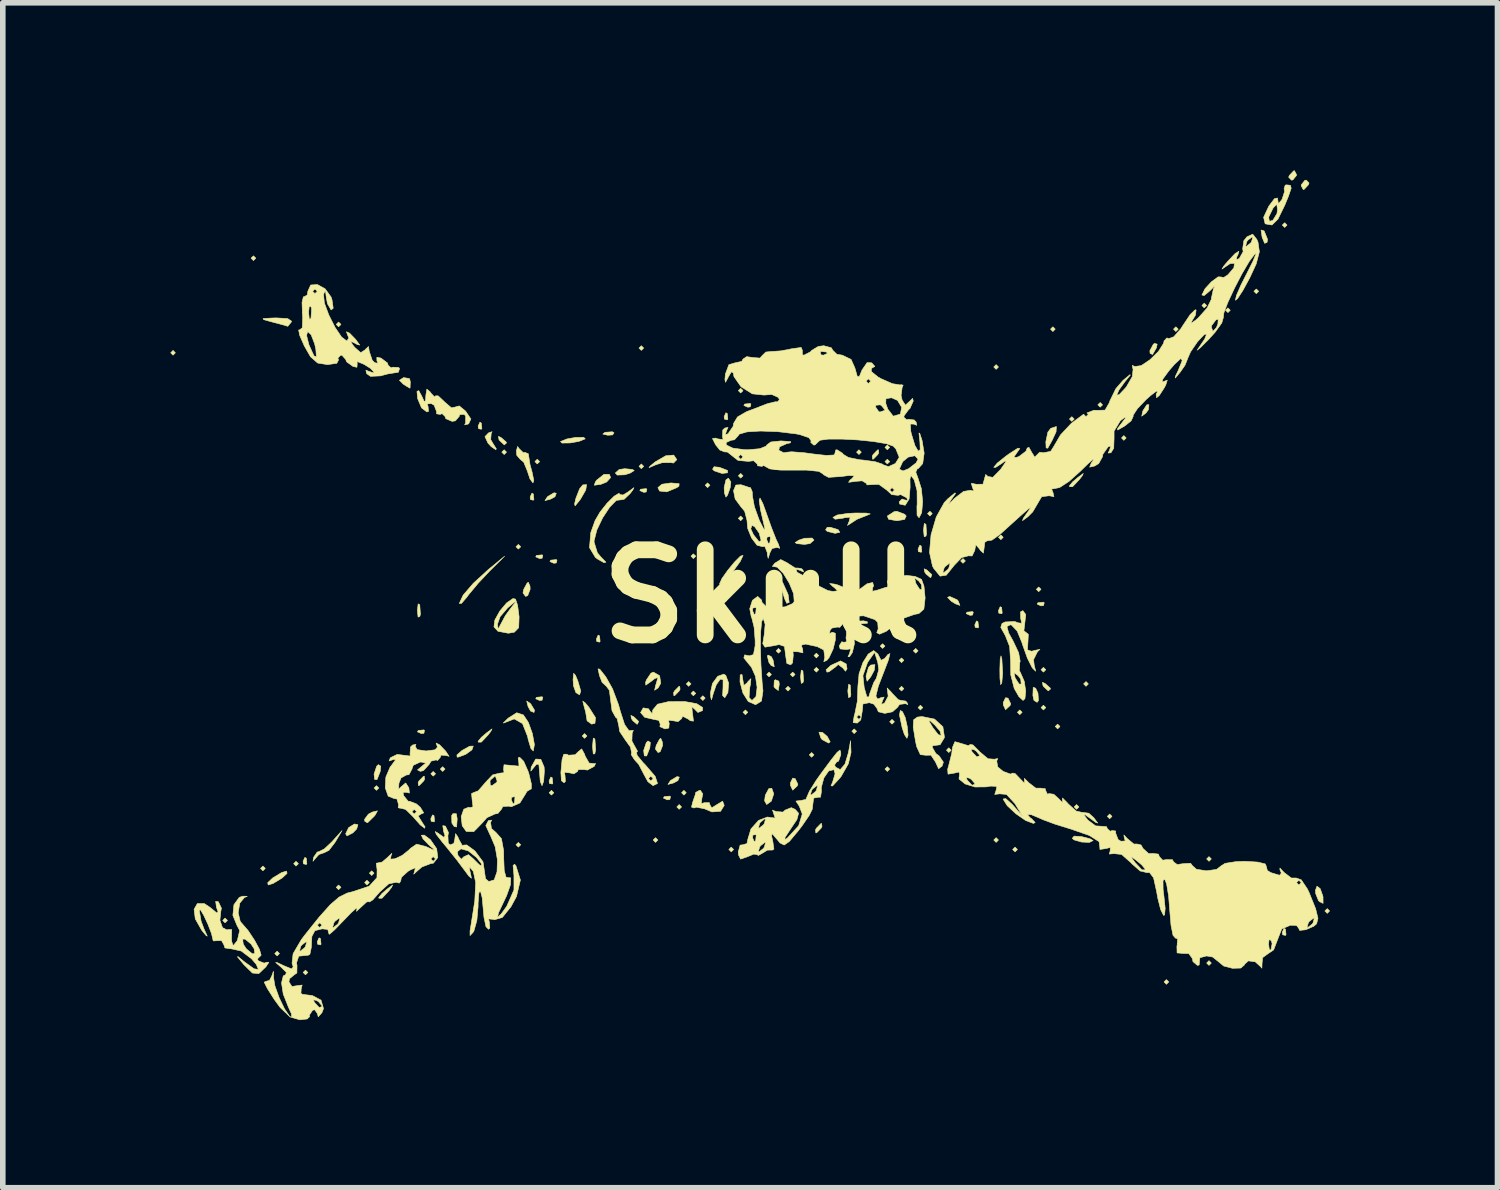
<source format=kicad_pcb>
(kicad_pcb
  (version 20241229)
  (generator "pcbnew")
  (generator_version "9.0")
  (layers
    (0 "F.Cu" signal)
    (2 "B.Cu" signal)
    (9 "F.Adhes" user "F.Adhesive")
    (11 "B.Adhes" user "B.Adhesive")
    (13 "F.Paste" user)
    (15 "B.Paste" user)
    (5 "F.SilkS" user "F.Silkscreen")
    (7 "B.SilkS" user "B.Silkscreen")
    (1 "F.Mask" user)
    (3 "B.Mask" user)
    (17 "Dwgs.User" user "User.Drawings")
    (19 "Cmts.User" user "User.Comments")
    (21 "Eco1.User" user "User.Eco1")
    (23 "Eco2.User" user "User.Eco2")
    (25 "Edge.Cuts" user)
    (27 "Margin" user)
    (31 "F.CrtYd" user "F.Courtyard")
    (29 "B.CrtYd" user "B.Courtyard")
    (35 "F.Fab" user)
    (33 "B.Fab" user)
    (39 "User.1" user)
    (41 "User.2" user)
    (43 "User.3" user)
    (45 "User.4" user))
  (footprint "Skull"
    (layer "F.Cu")
    (at 10.588 7.625)
    (property "Reference" "Skull" (at 0 0 0) (layer "F.SilkS") (effects (font (size 1.524 1.524) (thickness 0.3))))
    (attr through_hole)
    (fp_poly (pts (xy -8.419 7.535) (xy -8.419 7.535) (xy -8.421 7.535) (xy -8.419 7.535)) (stroke (width 0.01) (type solid)) (fill yes) (layer "F.SilkS"))
    (fp_poly (pts (xy -10.499 -4.36) (xy -10.541 -4.318) (xy -10.583 -4.36) (xy -10.541 -4.403) (xy -10.499 -4.36)) (stroke (width 0.01) (type solid)) (fill yes) (layer "F.SilkS"))
    (fp_poly (pts (xy -9.567 5.8) (xy -9.61 5.842) (xy -9.652 5.8) (xy -9.61 5.757) (xy -9.567 5.8)) (stroke (width 0.01) (type solid)) (fill yes) (layer "F.SilkS"))
    (fp_poly (pts (xy -9.059 -6.054) (xy -9.102 -6.011) (xy -9.144 -6.054) (xy -9.102 -6.096) (xy -9.059 -6.054)) (stroke (width 0.01) (type solid)) (fill yes) (layer "F.SilkS"))
    (fp_poly (pts (xy -8.89 4.868) (xy -8.932 4.911) (xy -8.975 4.868) (xy -8.932 4.826) (xy -8.89 4.868)) (stroke (width 0.01) (type solid)) (fill yes) (layer "F.SilkS"))
    (fp_poly (pts (xy -8.636 6.392) (xy -8.678 6.435) (xy -8.721 6.392) (xy -8.678 6.35) (xy -8.636 6.392)) (stroke (width 0.01) (type solid)) (fill yes) (layer "F.SilkS"))
    (fp_poly (pts (xy -8.297 4.784) (xy -8.34 4.826) (xy -8.382 4.784) (xy -8.34 4.741) (xy -8.297 4.784)) (stroke (width 0.01) (type solid)) (fill yes) (layer "F.SilkS"))
    (fp_poly (pts (xy -8.128 6.731) (xy -8.17 6.773) (xy -8.213 6.731) (xy -8.17 6.689) (xy -8.128 6.731)) (stroke (width 0.01) (type solid)) (fill yes) (layer "F.SilkS"))
    (fp_poly (pts (xy -7.535 -4.868) (xy -7.578 -4.826) (xy -7.62 -4.868) (xy -7.578 -4.911) (xy -7.535 -4.868)) (stroke (width 0.01) (type solid)) (fill yes) (layer "F.SilkS"))
    (fp_poly (pts (xy -7.535 5.207) (xy -7.578 5.249) (xy -7.62 5.207) (xy -7.578 5.165) (xy -7.535 5.207)) (stroke (width 0.01) (type solid)) (fill yes) (layer "F.SilkS"))
    (fp_poly (pts (xy -7.027 5.122) (xy -7.07 5.165) (xy -7.112 5.122) (xy -7.07 5.08) (xy -7.027 5.122)) (stroke (width 0.01) (type solid)) (fill yes) (layer "F.SilkS"))
    (fp_poly (pts (xy -6.943 4.953) (xy -6.985 4.995) (xy -7.027 4.953) (xy -6.985 4.911) (xy -6.943 4.953)) (stroke (width 0.01) (type solid)) (fill yes) (layer "F.SilkS"))
    (fp_poly (pts (xy -6.858 3.429) (xy -6.9 3.471) (xy -6.943 3.429) (xy -6.9 3.387) (xy -6.858 3.429)) (stroke (width 0.01) (type solid)) (fill yes) (layer "F.SilkS"))
    (fp_poly (pts (xy -5.842 3.175) (xy -5.884 3.217) (xy -5.927 3.175) (xy -5.884 3.133) (xy -5.842 3.175)) (stroke (width 0.01) (type solid)) (fill yes) (layer "F.SilkS"))
    (fp_poly (pts (xy -5.673 3.09) (xy -5.715 3.133) (xy -5.757 3.09) (xy -5.715 3.048) (xy -5.673 3.09)) (stroke (width 0.01) (type solid)) (fill yes) (layer "F.SilkS"))
    (fp_poly (pts (xy -4.572 -2.582) (xy -4.614 -2.54) (xy -4.657 -2.582) (xy -4.614 -2.625) (xy -4.572 -2.582)) (stroke (width 0.01) (type solid)) (fill yes) (layer "F.SilkS"))
    (fp_poly (pts (xy -4.318 -0.889) (xy -4.36 -0.847) (xy -4.403 -0.889) (xy -4.36 -0.931) (xy -4.318 -0.889)) (stroke (width 0.01) (type solid)) (fill yes) (layer "F.SilkS"))
    (fp_poly (pts (xy -4.318 4.445) (xy -4.36 4.487) (xy -4.403 4.445) (xy -4.36 4.403) (xy -4.318 4.445)) (stroke (width 0.01) (type solid)) (fill yes) (layer "F.SilkS"))
    (fp_poly (pts (xy -3.979 -2.413) (xy -4.022 -2.371) (xy -4.064 -2.413) (xy -4.022 -2.455) (xy -3.979 -2.413)) (stroke (width 0.01) (type solid)) (fill yes) (layer "F.SilkS"))
    (fp_poly (pts (xy -3.725 3.514) (xy -3.768 3.556) (xy -3.81 3.514) (xy -3.768 3.471) (xy -3.725 3.514)) (stroke (width 0.01) (type solid)) (fill yes) (layer "F.SilkS"))
    (fp_poly (pts (xy -3.133 2.498) (xy -3.175 2.54) (xy -3.217 2.498) (xy -3.175 2.455) (xy -3.133 2.498)) (stroke (width 0.01) (type solid)) (fill yes) (layer "F.SilkS"))
    (fp_poly (pts (xy -2.117 -4.445) (xy -2.159 -4.403) (xy -2.201 -4.445) (xy -2.159 -4.487) (xy -2.117 -4.445)) (stroke (width 0.01) (type solid)) (fill yes) (layer "F.SilkS"))
    (fp_poly (pts (xy -2.117 -2.328) (xy -2.159 -2.286) (xy -2.201 -2.328) (xy -2.159 -2.371) (xy -2.117 -2.328)) (stroke (width 0.01) (type solid)) (fill yes) (layer "F.SilkS"))
    (fp_poly (pts (xy -1.863 4.36) (xy -1.905 4.403) (xy -1.947 4.36) (xy -1.905 4.318) (xy -1.863 4.36)) (stroke (width 0.01) (type solid)) (fill yes) (layer "F.SilkS"))
    (fp_poly (pts (xy -1.439 3.768) (xy -1.482 3.81) (xy -1.524 3.768) (xy -1.482 3.725) (xy -1.439 3.768)) (stroke (width 0.01) (type solid)) (fill yes) (layer "F.SilkS"))
    (fp_poly (pts (xy -1.355 3.514) (xy -1.397 3.556) (xy -1.439 3.514) (xy -1.397 3.471) (xy -1.355 3.514)) (stroke (width 0.01) (type solid)) (fill yes) (layer "F.SilkS"))
    (fp_poly (pts (xy -1.27 1.566) (xy -1.312 1.609) (xy -1.355 1.566) (xy -1.312 1.524) (xy -1.27 1.566)) (stroke (width 0.01) (type solid)) (fill yes) (layer "F.SilkS"))
    (fp_poly (pts (xy -1.185 -0.72) (xy -1.228 -0.677) (xy -1.27 -0.72) (xy -1.228 -0.762) (xy -1.185 -0.72)) (stroke (width 0.01) (type solid)) (fill yes) (layer "F.SilkS"))
    (fp_poly (pts (xy -1.185 1.736) (xy -1.228 1.778) (xy -1.27 1.736) (xy -1.228 1.693) (xy -1.185 1.736)) (stroke (width 0.01) (type solid)) (fill yes) (layer "F.SilkS"))
    (fp_poly (pts (xy -1.016 -0.889) (xy -1.058 -0.847) (xy -1.101 -0.889) (xy -1.058 -0.931) (xy -1.016 -0.889)) (stroke (width 0.01) (type solid)) (fill yes) (layer "F.SilkS"))
    (fp_poly (pts (xy -1.016 1.82) (xy -1.058 1.863) (xy -1.101 1.82) (xy -1.058 1.778) (xy -1.016 1.82)) (stroke (width 0.01) (type solid)) (fill yes) (layer "F.SilkS"))
    (fp_poly (pts (xy -0.931 -1.99) (xy -0.974 -1.947) (xy -1.016 -1.99) (xy -0.974 -2.032) (xy -0.931 -1.99)) (stroke (width 0.01) (type solid)) (fill yes) (layer "F.SilkS"))
    (fp_poly (pts (xy -0.508 4.53) (xy -0.55 4.572) (xy -0.593 4.53) (xy -0.55 4.487) (xy -0.508 4.53)) (stroke (width 0.01) (type solid)) (fill yes) (layer "F.SilkS"))
    (fp_poly (pts (xy -0.339 -3.683) (xy -0.381 -3.641) (xy -0.423 -3.683) (xy -0.381 -3.725) (xy -0.339 -3.683)) (stroke (width 0.01) (type solid)) (fill yes) (layer "F.SilkS"))
    (fp_poly (pts (xy -0.339 -2.159) (xy -0.381 -2.117) (xy -0.423 -2.159) (xy -0.381 -2.201) (xy -0.339 -2.159)) (stroke (width 0.01) (type solid)) (fill yes) (layer "F.SilkS"))
    (fp_poly (pts (xy -0.339 -1.397) (xy -0.381 -1.355) (xy -0.423 -1.397) (xy -0.381 -1.439) (xy -0.339 -1.397)) (stroke (width 0.01) (type solid)) (fill yes) (layer "F.SilkS"))
    (fp_poly (pts (xy -0.254 2.074) (xy -0.296 2.117) (xy -0.339 2.074) (xy -0.296 2.032) (xy -0.254 2.074)) (stroke (width 0.01) (type solid)) (fill yes) (layer "F.SilkS"))
    (fp_poly (pts (xy 0.169 1.397) (xy 0.127 1.439) (xy 0.085 1.397) (xy 0.127 1.355) (xy 0.169 1.397)) (stroke (width 0.01) (type solid)) (fill yes) (layer "F.SilkS"))
    (fp_poly (pts (xy 0.339 0.974) (xy 0.296 1.016) (xy 0.254 0.974) (xy 0.296 0.931) (xy 0.339 0.974)) (stroke (width 0.01) (type solid)) (fill yes) (layer "F.SilkS"))
    (fp_poly (pts (xy 0.508 1.651) (xy 0.466 1.693) (xy 0.423 1.651) (xy 0.466 1.609) (xy 0.508 1.651)) (stroke (width 0.01) (type solid)) (fill yes) (layer "F.SilkS"))
    (fp_poly (pts (xy 0.593 1.397) (xy 0.55 1.439) (xy 0.508 1.397) (xy 0.55 1.355) (xy 0.593 1.397)) (stroke (width 0.01) (type solid)) (fill yes) (layer "F.SilkS"))
    (fp_poly (pts (xy 0.931 2.836) (xy 0.889 2.879) (xy 0.847 2.836) (xy 0.889 2.794) (xy 0.931 2.836)) (stroke (width 0.01) (type solid)) (fill yes) (layer "F.SilkS"))
    (fp_poly (pts (xy 1.016 1.058) (xy 0.974 1.101) (xy 0.931 1.058) (xy 0.974 1.016) (xy 1.016 1.058)) (stroke (width 0.01) (type solid)) (fill yes) (layer "F.SilkS"))
    (fp_poly (pts (xy 1.016 1.312) (xy 0.974 1.355) (xy 0.931 1.312) (xy 0.974 1.27) (xy 1.016 1.312)) (stroke (width 0.01) (type solid)) (fill yes) (layer "F.SilkS"))
    (fp_poly (pts (xy 1.693 2.413) (xy 1.651 2.455) (xy 1.609 2.413) (xy 1.651 2.371) (xy 1.693 2.413)) (stroke (width 0.01) (type solid)) (fill yes) (layer "F.SilkS"))
    (fp_poly (pts (xy 1.778 -2.582) (xy 1.736 -2.54) (xy 1.693 -2.582) (xy 1.736 -2.625) (xy 1.778 -2.582)) (stroke (width 0.01) (type solid)) (fill yes) (layer "F.SilkS"))
    (fp_poly (pts (xy 1.863 0.72) (xy 1.82 0.762) (xy 1.778 0.72) (xy 1.82 0.677) (xy 1.863 0.72)) (stroke (width 0.01) (type solid)) (fill yes) (layer "F.SilkS"))
    (fp_poly (pts (xy 2.201 0.889) (xy 2.159 0.931) (xy 2.117 0.889) (xy 2.159 0.847) (xy 2.201 0.889)) (stroke (width 0.01) (type solid)) (fill yes) (layer "F.SilkS"))
    (fp_poly (pts (xy 2.286 -2.667) (xy 2.244 -2.625) (xy 2.201 -2.667) (xy 2.244 -2.709) (xy 2.286 -2.667)) (stroke (width 0.01) (type solid)) (fill yes) (layer "F.SilkS"))
    (fp_poly (pts (xy 2.286 -2.413) (xy 2.244 -2.371) (xy 2.201 -2.413) (xy 2.244 -2.455) (xy 2.286 -2.413)) (stroke (width 0.01) (type solid)) (fill yes) (layer "F.SilkS"))
    (fp_poly (pts (xy 2.286 3.09) (xy 2.244 3.133) (xy 2.201 3.09) (xy 2.244 3.048) (xy 2.286 3.09)) (stroke (width 0.01) (type solid)) (fill yes) (layer "F.SilkS"))
    (fp_poly (pts (xy 2.371 2.244) (xy 2.328 2.286) (xy 2.286 2.244) (xy 2.328 2.201) (xy 2.371 2.244)) (stroke (width 0.01) (type solid)) (fill yes) (layer "F.SilkS"))
    (fp_poly (pts (xy 2.54 1.143) (xy 2.498 1.185) (xy 2.455 1.143) (xy 2.498 1.101) (xy 2.54 1.143)) (stroke (width 0.01) (type solid)) (fill yes) (layer "F.SilkS"))
    (fp_poly (pts (xy 2.54 1.651) (xy 2.498 1.693) (xy 2.455 1.651) (xy 2.498 1.609) (xy 2.54 1.651)) (stroke (width 0.01) (type solid)) (fill yes) (layer "F.SilkS"))
    (fp_poly (pts (xy 2.794 0.974) (xy 2.752 1.016) (xy 2.709 0.974) (xy 2.752 0.931) (xy 2.794 0.974)) (stroke (width 0.01) (type solid)) (fill yes) (layer "F.SilkS"))
    (fp_poly (pts (xy 2.879 1.99) (xy 2.836 2.032) (xy 2.794 1.99) (xy 2.836 1.947) (xy 2.879 1.99)) (stroke (width 0.01) (type solid)) (fill yes) (layer "F.SilkS"))
    (fp_poly (pts (xy 3.048 -1.482) (xy 3.006 -1.439) (xy 2.963 -1.482) (xy 3.006 -1.524) (xy 3.048 -1.482)) (stroke (width 0.01) (type solid)) (fill yes) (layer "F.SilkS"))
    (fp_poly (pts (xy 3.387 2.752) (xy 3.344 2.794) (xy 3.302 2.752) (xy 3.344 2.709) (xy 3.387 2.752)) (stroke (width 0.01) (type solid)) (fill yes) (layer "F.SilkS"))
    (fp_poly (pts (xy 3.641 -0.635) (xy 3.598 -0.593) (xy 3.556 -0.635) (xy 3.598 -0.677) (xy 3.641 -0.635)) (stroke (width 0.01) (type solid)) (fill yes) (layer "F.SilkS"))
    (fp_poly (pts (xy 4.233 -4.106) (xy 4.191 -4.064) (xy 4.149 -4.106) (xy 4.191 -4.149) (xy 4.233 -4.106)) (stroke (width 0.01) (type solid)) (fill yes) (layer "F.SilkS"))
    (fp_poly (pts (xy 4.233 4.36) (xy 4.191 4.403) (xy 4.149 4.36) (xy 4.191 4.318) (xy 4.233 4.36)) (stroke (width 0.01) (type solid)) (fill yes) (layer "F.SilkS"))
    (fp_poly (pts (xy 4.318 -1.058) (xy 4.276 -1.016) (xy 4.233 -1.058) (xy 4.276 -1.101) (xy 4.318 -1.058)) (stroke (width 0.01) (type solid)) (fill yes) (layer "F.SilkS"))
    (fp_poly (pts (xy 4.572 4.53) (xy 4.53 4.572) (xy 4.487 4.53) (xy 4.53 4.487) (xy 4.572 4.53)) (stroke (width 0.01) (type solid)) (fill yes) (layer "F.SilkS"))
    (fp_poly (pts (xy 4.657 2.074) (xy 4.614 2.117) (xy 4.572 2.074) (xy 4.614 2.032) (xy 4.657 2.074)) (stroke (width 0.01) (type solid)) (fill yes) (layer "F.SilkS"))
    (fp_poly (pts (xy 4.995 -0.127) (xy 4.953 -0.085) (xy 4.911 -0.127) (xy 4.953 -0.169) (xy 4.995 -0.127)) (stroke (width 0.01) (type solid)) (fill yes) (layer "F.SilkS"))
    (fp_poly (pts (xy 5.08 1.312) (xy 5.038 1.355) (xy 4.995 1.312) (xy 5.038 1.27) (xy 5.08 1.312)) (stroke (width 0.01) (type solid)) (fill yes) (layer "F.SilkS"))
    (fp_poly (pts (xy 5.08 1.99) (xy 5.038 2.032) (xy 4.995 1.99) (xy 5.038 1.947) (xy 5.08 1.99)) (stroke (width 0.01) (type solid)) (fill yes) (layer "F.SilkS"))
    (fp_poly (pts (xy 5.249 -4.784) (xy 5.207 -4.741) (xy 5.165 -4.784) (xy 5.207 -4.826) (xy 5.249 -4.784)) (stroke (width 0.01) (type solid)) (fill yes) (layer "F.SilkS"))
    (fp_poly (pts (xy 5.334 2.328) (xy 5.292 2.371) (xy 5.249 2.328) (xy 5.292 2.286) (xy 5.334 2.328)) (stroke (width 0.01) (type solid)) (fill yes) (layer "F.SilkS"))
    (fp_poly (pts (xy 5.588 -3.175) (xy 5.546 -3.133) (xy 5.503 -3.175) (xy 5.546 -3.217) (xy 5.588 -3.175)) (stroke (width 0.01) (type solid)) (fill yes) (layer "F.SilkS"))
    (fp_poly (pts (xy 5.673 3.768) (xy 5.63 3.81) (xy 5.588 3.768) (xy 5.63 3.725) (xy 5.673 3.768)) (stroke (width 0.01) (type solid)) (fill yes) (layer "F.SilkS"))
    (fp_poly (pts (xy 5.842 1.566) (xy 5.8 1.609) (xy 5.757 1.566) (xy 5.8 1.524) (xy 5.842 1.566)) (stroke (width 0.01) (type solid)) (fill yes) (layer "F.SilkS"))
    (fp_poly (pts (xy 6.096 -3.429) (xy 6.054 -3.387) (xy 6.011 -3.429) (xy 6.054 -3.471) (xy 6.096 -3.429)) (stroke (width 0.01) (type solid)) (fill yes) (layer "F.SilkS"))
    (fp_poly (pts (xy 6.265 3.937) (xy 6.223 3.979) (xy 6.181 3.937) (xy 6.223 3.895) (xy 6.265 3.937)) (stroke (width 0.01) (type solid)) (fill yes) (layer "F.SilkS"))
    (fp_poly (pts (xy 6.519 -2.836) (xy 6.477 -2.794) (xy 6.435 -2.836) (xy 6.477 -2.879) (xy 6.519 -2.836)) (stroke (width 0.01) (type solid)) (fill yes) (layer "F.SilkS"))
    (fp_poly (pts (xy 7.281 6.9) (xy 7.239 6.943) (xy 7.197 6.9) (xy 7.239 6.858) (xy 7.281 6.9)) (stroke (width 0.01) (type solid)) (fill yes) (layer "F.SilkS"))
    (fp_poly (pts (xy 7.451 -4.784) (xy 7.408 -4.741) (xy 7.366 -4.784) (xy 7.408 -4.826) (xy 7.451 -4.784)) (stroke (width 0.01) (type solid)) (fill yes) (layer "F.SilkS"))
    (fp_poly (pts (xy 7.959 -5.207) (xy 7.916 -5.165) (xy 7.874 -5.207) (xy 7.916 -5.249) (xy 7.959 -5.207)) (stroke (width 0.01) (type solid)) (fill yes) (layer "F.SilkS"))
    (fp_poly (pts (xy 8.043 4.699) (xy 8.001 4.741) (xy 7.959 4.699) (xy 8.001 4.657) (xy 8.043 4.699)) (stroke (width 0.01) (type solid)) (fill yes) (layer "F.SilkS"))
    (fp_poly (pts (xy 8.043 6.562) (xy 8.001 6.604) (xy 7.959 6.562) (xy 8.001 6.519) (xy 8.043 6.562)) (stroke (width 0.01) (type solid)) (fill yes) (layer "F.SilkS"))
    (fp_poly (pts (xy 8.382 -5.122) (xy 8.34 -5.08) (xy 8.297 -5.122) (xy 8.34 -5.165) (xy 8.382 -5.122)) (stroke (width 0.01) (type solid)) (fill yes) (layer "F.SilkS"))
    (fp_poly (pts (xy 8.89 -5.461) (xy 8.848 -5.419) (xy 8.805 -5.461) (xy 8.848 -5.503) (xy 8.89 -5.461)) (stroke (width 0.01) (type solid)) (fill yes) (layer "F.SilkS"))
    (fp_poly (pts (xy 9.398 -6.646) (xy 9.356 -6.604) (xy 9.313 -6.646) (xy 9.356 -6.689) (xy 9.398 -6.646)) (stroke (width 0.01) (type solid)) (fill yes) (layer "F.SilkS"))
    (fp_poly (pts (xy 10.16 5.63) (xy 10.118 5.673) (xy 10.075 5.63) (xy 10.118 5.588) (xy 10.16 5.63)) (stroke (width 0.01) (type solid)) (fill yes) (layer "F.SilkS"))
    (fp_poly (pts (xy -8.156 4.685) (xy -8.146 4.785) (xy -8.156 4.798) (xy -8.207 4.786) (xy -8.213 4.741) (xy -8.182 4.672) (xy -8.156 4.685)) (stroke (width 0.01) (type solid)) (fill yes) (layer "F.SilkS"))
    (fp_poly (pts (xy -7.902 6.124) (xy -7.892 6.225) (xy -7.902 6.237) (xy -7.953 6.225) (xy -7.959 6.181) (xy -7.928 6.111) (xy -7.902 6.124)) (stroke (width 0.01) (type solid)) (fill yes) (layer "F.SilkS"))
    (fp_poly (pts (xy -6.125 0.148) (xy -6.113 0.322) (xy -6.125 0.36) (xy -6.155 0.37) (xy -6.167 0.254) (xy -6.154 0.134) (xy -6.125 0.148)) (stroke (width 0.01) (type solid)) (fill yes) (layer "F.SilkS"))
    (fp_poly (pts (xy -6.04 2.399) (xy -6.051 2.449) (xy -6.096 2.455) (xy -6.166 2.424) (xy -6.152 2.399) (xy -6.052 2.389) (xy -6.04 2.399)) (stroke (width 0.01) (type solid)) (fill yes) (layer "F.SilkS"))
    (fp_poly (pts (xy -5.87 3.923) (xy -5.86 4.023) (xy -5.87 4.036) (xy -5.921 4.024) (xy -5.927 3.979) (xy -5.896 3.91) (xy -5.87 3.923)) (stroke (width 0.01) (type solid)) (fill yes) (layer "F.SilkS"))
    (fp_poly (pts (xy -5.024 -3.104) (xy -5.013 -3.004) (xy -5.024 -2.992) (xy -5.074 -3.003) (xy -5.08 -3.048) (xy -5.049 -3.118) (xy -5.024 -3.104)) (stroke (width 0.01) (type solid)) (fill yes) (layer "F.SilkS"))
    (fp_poly (pts (xy -4.092 -1.834) (xy -4.082 -1.734) (xy -4.092 -1.722) (xy -4.143 -1.733) (xy -4.149 -1.778) (xy -4.118 -1.848) (xy -4.092 -1.834)) (stroke (width 0.01) (type solid)) (fill yes) (layer "F.SilkS"))
    (fp_poly (pts (xy -3.923 -0.734) (xy -3.935 -0.683) (xy -3.979 -0.677) (xy -4.049 -0.708) (xy -4.036 -0.734) (xy -3.935 -0.744) (xy -3.923 -0.734)) (stroke (width 0.01) (type solid)) (fill yes) (layer "F.SilkS"))
    (fp_poly (pts (xy -3.923 1.806) (xy -3.935 1.857) (xy -3.979 1.863) (xy -4.049 1.832) (xy -4.036 1.806) (xy -3.935 1.796) (xy -3.923 1.806)) (stroke (width 0.01) (type solid)) (fill yes) (layer "F.SilkS"))
    (fp_poly (pts (xy -3.754 3.246) (xy -3.743 3.346) (xy -3.754 3.358) (xy -3.804 3.347) (xy -3.81 3.302) (xy -3.779 3.232) (xy -3.754 3.246)) (stroke (width 0.01) (type solid)) (fill yes) (layer "F.SilkS"))
    (fp_poly (pts (xy -3.669 -0.649) (xy -3.681 -0.599) (xy -3.725 -0.593) (xy -3.795 -0.624) (xy -3.782 -0.649) (xy -3.681 -0.659) (xy -3.669 -0.649)) (stroke (width 0.01) (type solid)) (fill yes) (layer "F.SilkS"))
    (fp_poly (pts (xy -2.907 0.706) (xy -2.897 0.806) (xy -2.907 0.818) (xy -2.957 0.807) (xy -2.963 0.762) (xy -2.932 0.692) (xy -2.907 0.706)) (stroke (width 0.01) (type solid)) (fill yes) (layer "F.SilkS"))
    (fp_poly (pts (xy -2.648 -2.93) (xy -2.673 -2.891) (xy -2.759 -2.885) (xy -2.849 -2.906) (xy -2.81 -2.937) (xy -2.678 -2.947) (xy -2.648 -2.93)) (stroke (width 0.01) (type solid)) (fill yes) (layer "F.SilkS"))
    (fp_poly (pts (xy -2.06 -1.919) (xy -2.072 -1.869) (xy -2.117 -1.863) (xy -2.186 -1.894) (xy -2.173 -1.919) (xy -2.073 -1.929) (xy -2.06 -1.919)) (stroke (width 0.01) (type solid)) (fill yes) (layer "F.SilkS"))
    (fp_poly (pts (xy -1.637 3.584) (xy -1.649 3.635) (xy -1.693 3.641) (xy -1.763 3.61) (xy -1.75 3.584) (xy -1.649 3.574) (xy -1.637 3.584)) (stroke (width 0.01) (type solid)) (fill yes) (layer "F.SilkS"))
    (fp_poly (pts (xy -0.621 -3.274) (xy -0.611 -3.173) (xy -0.621 -3.161) (xy -0.671 -3.173) (xy -0.677 -3.217) (xy -0.646 -3.287) (xy -0.621 -3.274)) (stroke (width 0.01) (type solid)) (fill yes) (layer "F.SilkS"))
    (fp_poly (pts (xy -0.621 0.028) (xy -0.633 0.079) (xy -0.677 0.085) (xy -0.747 0.054) (xy -0.734 0.028) (xy -0.633 0.018) (xy -0.621 0.028)) (stroke (width 0.01) (type solid)) (fill yes) (layer "F.SilkS"))
    (fp_poly (pts (xy -0.198 -3.443) (xy -0.209 -3.393) (xy -0.254 -3.387) (xy -0.324 -3.418) (xy -0.31 -3.443) (xy -0.21 -3.453) (xy -0.198 -3.443)) (stroke (width 0.01) (type solid)) (fill yes) (layer "F.SilkS"))
    (fp_poly (pts (xy 0.733 1.333) (xy 0.745 1.507) (xy 0.733 1.545) (xy 0.703 1.556) (xy 0.691 1.439) (xy 0.704 1.319) (xy 0.733 1.333)) (stroke (width 0.01) (type solid)) (fill yes) (layer "F.SilkS"))
    (fp_poly (pts (xy 1.58 1.587) (xy 1.591 1.761) (xy 1.58 1.799) (xy 1.549 1.81) (xy 1.537 1.693) (xy 1.551 1.573) (xy 1.58 1.587)) (stroke (width 0.01) (type solid)) (fill yes) (layer "F.SilkS"))
    (fp_poly (pts (xy 2.85 -0.903) (xy 2.861 -0.803) (xy 2.85 -0.79) (xy 2.8 -0.802) (xy 2.794 -0.847) (xy 2.825 -0.916) (xy 2.85 -0.903)) (stroke (width 0.01) (type solid)) (fill yes) (layer "F.SilkS"))
    (fp_poly (pts (xy 2.935 -1.291) (xy 2.946 -1.118) (xy 2.935 -1.079) (xy 2.904 -1.069) (xy 2.892 -1.185) (xy 2.905 -1.306) (xy 2.935 -1.291)) (stroke (width 0.01) (type solid)) (fill yes) (layer "F.SilkS"))
    (fp_poly (pts (xy 3.782 0.282) (xy 3.77 0.333) (xy 3.725 0.339) (xy 3.656 0.308) (xy 3.669 0.282) (xy 3.769 0.272) (xy 3.782 0.282)) (stroke (width 0.01) (type solid)) (fill yes) (layer "F.SilkS"))
    (fp_poly (pts (xy 3.866 0.452) (xy 3.877 0.552) (xy 3.866 0.564) (xy 3.816 0.553) (xy 3.81 0.508) (xy 3.841 0.438) (xy 3.866 0.452)) (stroke (width 0.01) (type solid)) (fill yes) (layer "F.SilkS"))
    (fp_poly (pts (xy 4.29 0.198) (xy 4.3 0.298) (xy 4.29 0.31) (xy 4.239 0.299) (xy 4.233 0.254) (xy 4.264 0.184) (xy 4.29 0.198)) (stroke (width 0.01) (type solid)) (fill yes) (layer "F.SilkS"))
    (fp_poly (pts (xy 5.052 0.113) (xy 5.04 0.163) (xy 4.995 0.169) (xy 4.926 0.138) (xy 4.939 0.113) (xy 5.039 0.103) (xy 5.052 0.113)) (stroke (width 0.01) (type solid)) (fill yes) (layer "F.SilkS"))
    (fp_poly (pts (xy 9.37 5.955) (xy 9.38 6.055) (xy 9.37 6.068) (xy 9.319 6.056) (xy 9.313 6.011) (xy 9.344 5.942) (xy 9.37 5.955)) (stroke (width 0.01) (type solid)) (fill yes) (layer "F.SilkS"))
    (fp_poly (pts (xy -7.231 4.086) (xy -7.254 4.162) (xy -7.322 4.232) (xy -7.428 4.286) (xy -7.451 4.249) (xy -7.398 4.138) (xy -7.293 4.073) (xy -7.231 4.086)) (stroke (width 0.01) (type solid)) (fill yes) (layer "F.SilkS"))
    (fp_poly (pts (xy -6.823 3.038) (xy -6.833 3.133) (xy -6.89 3.279) (xy -6.932 3.277) (xy -6.943 3.18) (xy -6.896 3.039) (xy -6.866 3.011) (xy -6.823 3.038)) (stroke (width 0.01) (type solid)) (fill yes) (layer "F.SilkS"))
    (fp_poly (pts (xy -5.47 3.89) (xy -5.455 3.981) (xy -5.465 4.127) (xy -5.508 4.119) (xy -5.55 4.057) (xy -5.554 3.922) (xy -5.531 3.888) (xy -5.47 3.89)) (stroke (width 0.01) (type solid)) (fill yes) (layer "F.SilkS"))
    (fp_poly (pts (xy -4.67 -2.844) (xy -4.58 -2.766) (xy -4.572 -2.747) (xy -4.612 -2.712) (xy -4.696 -2.79) (xy -4.707 -2.807) (xy -4.717 -2.865) (xy -4.67 -2.844)) (stroke (width 0.01) (type solid)) (fill yes) (layer "F.SilkS"))
    (fp_poly (pts (xy -4.149 1.914) (xy -4.138 1.925) (xy -4.071 2.036) (xy -4.08 2.077) (xy -4.143 2.051) (xy -4.186 1.972) (xy -4.211 1.873) (xy -4.149 1.914)) (stroke (width 0.01) (type solid)) (fill yes) (layer "F.SilkS"))
    (fp_poly (pts (xy -3.681 -1.846) (xy -3.706 -1.783) (xy -3.785 -1.741) (xy -3.884 -1.715) (xy -3.844 -1.777) (xy -3.833 -1.789) (xy -3.722 -1.855) (xy -3.681 -1.846)) (stroke (width 0.01) (type solid)) (fill yes) (layer "F.SilkS"))
    (fp_poly (pts (xy -2.299 2.151) (xy -2.208 2.236) (xy -2.227 2.285) (xy -2.239 2.286) (xy -2.31 2.226) (xy -2.336 2.188) (xy -2.346 2.13) (xy -2.299 2.151)) (stroke (width 0.01) (type solid)) (fill yes) (layer "F.SilkS"))
    (fp_poly (pts (xy -1.997 2.614) (xy -2.007 2.709) (xy -2.064 2.856) (xy -2.106 2.854) (xy -2.117 2.757) (xy -2.07 2.616) (xy -2.04 2.587) (xy -1.997 2.614)) (stroke (width 0.01) (type solid)) (fill yes) (layer "F.SilkS"))
    (fp_poly (pts (xy -1.479 3.234) (xy -1.505 3.297) (xy -1.584 3.339) (xy -1.683 3.365) (xy -1.642 3.303) (xy -1.631 3.291) (xy -1.52 3.225) (xy -1.479 3.234)) (stroke (width 0.01) (type solid)) (fill yes) (layer "F.SilkS"))
    (fp_poly (pts (xy -0.762 -2.311) (xy -0.615 -2.254) (xy -0.617 -2.212) (xy -0.715 -2.201) (xy -0.855 -2.248) (xy -0.884 -2.278) (xy -0.857 -2.321) (xy -0.762 -2.311)) (stroke (width 0.01) (type solid)) (fill yes) (layer "F.SilkS"))
    (fp_poly (pts (xy 0.167 1.078) (xy 0.199 1.139) (xy 0.22 1.259) (xy 0.163 1.235) (xy 0.124 1.18) (xy 0.097 1.069) (xy 0.108 1.049) (xy 0.167 1.078)) (stroke (width 0.01) (type solid)) (fill yes) (layer "F.SilkS"))
    (fp_poly (pts (xy 0.211 3.533) (xy 0.168 3.664) (xy 0.084 3.725) (xy 0.047 3.658) (xy 0.06 3.557) (xy 0.123 3.44) (xy 0.175 3.433) (xy 0.211 3.533)) (stroke (width 0.01) (type solid)) (fill yes) (layer "F.SilkS"))
    (fp_poly (pts (xy 0.302 1.516) (xy 0.31 1.57) (xy 0.292 1.685) (xy 0.231 1.638) (xy 0.215 1.615) (xy 0.22 1.508) (xy 0.239 1.491) (xy 0.302 1.516)) (stroke (width 0.01) (type solid)) (fill yes) (layer "F.SilkS"))
    (fp_poly (pts (xy 0.594 3.261) (xy 0.643 3.362) (xy 0.631 3.393) (xy 0.55 3.468) (xy 0.51 3.382) (xy 0.508 3.339) (xy 0.55 3.252) (xy 0.594 3.261)) (stroke (width 0.01) (type solid)) (fill yes) (layer "F.SilkS"))
    (fp_poly (pts (xy 1.084 2.434) (xy 1.168 2.506) (xy 1.221 2.602) (xy 1.194 2.625) (xy 1.077 2.563) (xy 1.055 2.534) (xy 1.02 2.429) (xy 1.084 2.434)) (stroke (width 0.01) (type solid)) (fill yes) (layer "F.SilkS"))
    (fp_poly (pts (xy 1.225 -1.237) (xy 1.363 -1.195) (xy 1.394 -1.148) (xy 1.309 -1.129) (xy 1.169 -1.164) (xy 1.139 -1.192) (xy 1.168 -1.238) (xy 1.225 -1.237)) (stroke (width 0.01) (type solid)) (fill yes) (layer "F.SilkS"))
    (fp_poly (pts (xy 2.95 -0.474) (xy 3.041 -0.389) (xy 3.022 -0.339) (xy 3.011 -0.339) (xy 2.939 -0.399) (xy 2.913 -0.436) (xy 2.903 -0.494) (xy 2.95 -0.474)) (stroke (width 0.01) (type solid)) (fill yes) (layer "F.SilkS"))
    (fp_poly (pts (xy 3.496 0.062) (xy 3.514 0.085) (xy 3.543 0.161) (xy 3.463 0.132) (xy 3.387 0.085) (xy 3.322 0.017) (xy 3.361 0.001) (xy 3.496 0.062)) (stroke (width 0.01) (type solid)) (fill yes) (layer "F.SilkS"))
    (fp_poly (pts (xy 4.404 1.821) (xy 4.453 1.923) (xy 4.441 1.953) (xy 4.36 2.028) (xy 4.32 1.943) (xy 4.318 1.9) (xy 4.36 1.813) (xy 4.404 1.821)) (stroke (width 0.01) (type solid)) (fill yes) (layer "F.SilkS"))
    (fp_poly (pts (xy 4.899 1.643) (xy 4.94 1.733) (xy 4.949 1.863) (xy 4.925 1.896) (xy 4.868 1.86) (xy 4.849 1.772) (xy 4.855 1.627) (xy 4.899 1.643)) (stroke (width 0.01) (type solid)) (fill yes) (layer "F.SilkS"))
    (fp_poly (pts (xy 5.067 1.558) (xy 5.157 1.637) (xy 5.165 1.656) (xy 5.124 1.691) (xy 5.041 1.613) (xy 5.03 1.596) (xy 5.02 1.538) (xy 5.067 1.558)) (stroke (width 0.01) (type solid)) (fill yes) (layer "F.SilkS"))
    (fp_poly (pts (xy 6.917 -3.342) (xy 6.869 -3.279) (xy 6.797 -3.226) (xy 6.815 -3.311) (xy 6.821 -3.327) (xy 6.888 -3.43) (xy 6.926 -3.431) (xy 6.917 -3.342)) (stroke (width 0.01) (type solid)) (fill yes) (layer "F.SilkS"))
    (fp_poly (pts (xy 7.074 -4.515) (xy 7.06 -4.449) (xy 6.991 -4.33) (xy 6.947 -4.35) (xy 6.943 -4.398) (xy 7.004 -4.512) (xy 7.026 -4.529) (xy 7.074 -4.515)) (stroke (width 0.01) (type solid)) (fill yes) (layer "F.SilkS"))
    (fp_poly (pts (xy 8.985 -6.543) (xy 8.989 -6.539) (xy 9.049 -6.393) (xy 9.041 -6.338) (xy 8.998 -6.319) (xy 8.952 -6.428) (xy 8.933 -6.559) (xy 8.985 -6.543)) (stroke (width 0.01) (type solid)) (fill yes) (layer "F.SilkS"))
    (fp_poly (pts (xy -8.5 4.957) (xy -8.589 5.04) (xy -8.749 5.137) (xy -8.838 5.165) (xy -8.846 5.124) (xy -8.758 5.04) (xy -8.598 4.943) (xy -8.509 4.916) (xy -8.5 4.957)) (stroke (width 0.01) (type solid)) (fill yes) (layer "F.SilkS"))
    (fp_poly (pts (xy -6.921 3.91) (xy -6.941 3.935) (xy -7.06 4.052) (xy -7.109 4.025) (xy -7.112 3.988) (xy -7.044 3.897) (xy -6.973 3.859) (xy -6.882 3.838) (xy -6.921 3.91)) (stroke (width 0.01) (type solid)) (fill yes) (layer "F.SilkS"))
    (fp_poly (pts (xy -6.631 5.209) (xy -6.678 5.271) (xy -6.801 5.402) (xy -6.857 5.402) (xy -6.858 5.387) (xy -6.8 5.316) (xy -6.71 5.239) (xy -6.61 5.165) (xy -6.631 5.209)) (stroke (width 0.01) (type solid)) (fill yes) (layer "F.SilkS"))
    (fp_poly (pts (xy -6.309 -3.899) (xy -6.294 -3.844) (xy -6.298 -3.737) (xy -6.301 -3.727) (xy -6.366 -3.765) (xy -6.421 -3.8) (xy -6.489 -3.869) (xy -6.414 -3.917) (xy -6.309 -3.899)) (stroke (width 0.01) (type solid)) (fill yes) (layer "F.SilkS"))
    (fp_poly (pts (xy -6.038 3.272) (xy -6.054 3.302) (xy -6.133 3.383) (xy -6.148 3.387) (xy -6.154 3.332) (xy -6.138 3.302) (xy -6.059 3.221) (xy -6.044 3.217) (xy -6.038 3.272)) (stroke (width 0.01) (type solid)) (fill yes) (layer "F.SilkS"))
    (fp_poly (pts (xy -5.191 2.746) (xy -5.303 2.827) (xy -5.436 2.876) (xy -5.456 2.877) (xy -5.46 2.838) (xy -5.371 2.759) (xy -5.231 2.681) (xy -5.167 2.679) (xy -5.191 2.746)) (stroke (width 0.01) (type solid)) (fill yes) (layer "F.SilkS"))
    (fp_poly (pts (xy -4.853 2.415) (xy -4.9 2.477) (xy -5.023 2.608) (xy -5.079 2.608) (xy -5.08 2.593) (xy -5.022 2.522) (xy -4.932 2.445) (xy -4.832 2.371) (xy -4.853 2.415)) (stroke (width 0.01) (type solid)) (fill yes) (layer "F.SilkS"))
    (fp_poly (pts (xy -4.152 -0.185) (xy -4.149 -0.127) (xy -4.193 -0.014) (xy -4.231 0) (xy -4.277 -0.062) (xy -4.264 -0.127) (xy -4.204 -0.238) (xy -4.182 -0.254) (xy -4.152 -0.185)) (stroke (width 0.01) (type solid)) (fill yes) (layer "F.SilkS"))
    (fp_poly (pts (xy -3.338 1.412) (xy -3.295 1.515) (xy -3.243 1.693) (xy -3.265 1.761) (xy -3.33 1.722) (xy -3.374 1.599) (xy -3.381 1.489) (xy -3.371 1.376) (xy -3.338 1.412)) (stroke (width 0.01) (type solid)) (fill yes) (layer "F.SilkS"))
    (fp_poly (pts (xy -3.163 -2.82) (xy -3.276 -2.775) (xy -3.434 -2.747) (xy -3.579 -2.745) (xy -3.606 -2.772) (xy -3.492 -2.818) (xy -3.335 -2.846) (xy -3.19 -2.847) (xy -3.163 -2.82)) (stroke (width 0.01) (type solid)) (fill yes) (layer "F.SilkS"))
    (fp_poly (pts (xy -2.994 2.548) (xy -2.989 2.563) (xy -2.977 2.747) (xy -2.992 2.817) (xy -3.02 2.82) (xy -3.032 2.687) (xy -3.031 2.667) (xy -3.019 2.536) (xy -2.994 2.548)) (stroke (width 0.01) (type solid)) (fill yes) (layer "F.SilkS"))
    (fp_poly (pts (xy -2.731 -2.185) (xy -2.709 -2.127) (xy -2.78 -2.048) (xy -2.884 -2.006) (xy -3.001 -1.99) (xy -2.979 -2.054) (xy -2.958 -2.081) (xy -2.828 -2.185) (xy -2.731 -2.185)) (stroke (width 0.01) (type solid)) (fill yes) (layer "F.SilkS"))
    (fp_poly (pts (xy -2.318 -2.272) (xy -2.286 -2.254) (xy -2.356 -2.209) (xy -2.455 -2.177) (xy -2.59 -2.172) (xy -2.625 -2.209) (xy -2.554 -2.272) (xy -2.455 -2.286) (xy -2.318 -2.272)) (stroke (width 0.01) (type solid)) (fill yes) (layer "F.SilkS"))
    (fp_poly (pts (xy -1.782 2.609) (xy -1.778 2.667) (xy -1.822 2.78) (xy -1.86 2.794) (xy -1.907 2.732) (xy -1.893 2.667) (xy -1.833 2.556) (xy -1.811 2.54) (xy -1.782 2.609)) (stroke (width 0.01) (type solid)) (fill yes) (layer "F.SilkS"))
    (fp_poly (pts (xy -1.482 -2.018) (xy -1.486 -1.974) (xy -1.524 -1.947) (xy -1.703 -1.872) (xy -1.832 -1.886) (xy -1.863 -1.947) (xy -1.79 -2.008) (xy -1.63 -2.031) (xy -1.482 -2.018)) (stroke (width 0.01) (type solid)) (fill yes) (layer "F.SilkS"))
    (fp_poly (pts (xy -1.466 1.663) (xy -1.482 1.693) (xy -1.561 1.774) (xy -1.576 1.778) (xy -1.582 1.723) (xy -1.566 1.693) (xy -1.487 1.612) (xy -1.472 1.609) (xy -1.466 1.663)) (stroke (width 0.01) (type solid)) (fill yes) (layer "F.SilkS"))
    (fp_poly (pts (xy -0.557 -2.049) (xy -0.568 -1.947) (xy -0.617 -1.811) (xy -0.645 -1.778) (xy -0.671 -1.849) (xy -0.677 -1.947) (xy -0.645 -2.085) (xy -0.601 -2.117) (xy -0.557 -2.049)) (stroke (width 0.01) (type solid)) (fill yes) (layer "F.SilkS"))
    (fp_poly (pts (xy 0.931 -1.008) (xy 0.86 -0.946) (xy 0.762 -0.931) (xy 0.624 -0.945) (xy 0.593 -0.964) (xy 0.662 -1.008) (xy 0.762 -1.041) (xy 0.897 -1.045) (xy 0.931 -1.008)) (stroke (width 0.01) (type solid)) (fill yes) (layer "F.SilkS"))
    (fp_poly (pts (xy 1.074 4.119) (xy 1.058 4.149) (xy 0.979 4.23) (xy 0.964 4.233) (xy 0.958 4.179) (xy 0.974 4.149) (xy 1.053 4.068) (xy 1.068 4.064) (xy 1.074 4.119)) (stroke (width 0.01) (type solid)) (fill yes) (layer "F.SilkS"))
    (fp_poly (pts (xy 1.885 0.452) (xy 1.888 0.48) (xy 1.756 0.492) (xy 1.736 0.491) (xy 1.604 0.479) (xy 1.617 0.454) (xy 1.631 0.449) (xy 1.816 0.437) (xy 1.885 0.452)) (stroke (width 0.01) (type solid)) (fill yes) (layer "F.SilkS"))
    (fp_poly (pts (xy 2.01 1.322) (xy 1.947 1.439) (xy 1.882 1.519) (xy 1.864 1.442) (xy 1.864 1.423) (xy 1.907 1.27) (xy 1.947 1.228) (xy 2.022 1.221) (xy 2.01 1.322)) (stroke (width 0.01) (type solid)) (fill yes) (layer "F.SilkS"))
    (fp_poly (pts (xy 2.09 -2.57) (xy 2.074 -2.54) (xy 1.995 -2.459) (xy 1.98 -2.455) (xy 1.974 -2.51) (xy 1.99 -2.54) (xy 2.069 -2.621) (xy 2.084 -2.625) (xy 2.09 -2.57)) (stroke (width 0.01) (type solid)) (fill yes) (layer "F.SilkS"))
    (fp_poly (pts (xy 2.555 -1.47) (xy 2.582 -1.439) (xy 2.552 -1.377) (xy 2.413 -1.355) (xy 2.266 -1.381) (xy 2.244 -1.439) (xy 2.367 -1.518) (xy 2.413 -1.524) (xy 2.555 -1.47)) (stroke (width 0.01) (type solid)) (fill yes) (layer "F.SilkS"))
    (fp_poly (pts (xy 4.294 1.123) (xy 4.308 1.373) (xy 4.293 1.546) (xy 4.273 1.58) (xy 4.26 1.469) (xy 4.258 1.312) (xy 4.264 1.12) (xy 4.279 1.064) (xy 4.294 1.123)) (stroke (width 0.01) (type solid)) (fill yes) (layer "F.SilkS"))
    (fp_poly (pts (xy 5.264 -2.945) (xy 5.194 -2.794) (xy 5.115 -2.653) (xy 5.086 -2.658) (xy 5.081 -2.768) (xy 5.117 -2.94) (xy 5.17 -3.009) (xy 5.27 -3.041) (xy 5.264 -2.945)) (stroke (width 0.01) (type solid)) (fill yes) (layer "F.SilkS"))
    (fp_poly (pts (xy 5.718 4.298) (xy 5.875 4.339) (xy 5.927 4.37) (xy 5.86 4.403) (xy 5.718 4.396) (xy 5.587 4.358) (xy 5.553 4.33) (xy 5.588 4.29) (xy 5.718 4.298)) (stroke (width 0.01) (type solid)) (fill yes) (layer "F.SilkS"))
    (fp_poly (pts (xy 5.731 -2.157) (xy 5.683 -2.095) (xy 5.56 -1.964) (xy 5.505 -1.964) (xy 5.503 -1.979) (xy 5.561 -2.05) (xy 5.652 -2.127) (xy 5.752 -2.201) (xy 5.731 -2.157)) (stroke (width 0.01) (type solid)) (fill yes) (layer "F.SilkS"))
    (fp_poly (pts (xy 9.566 -7.554) (xy 9.567 -7.535) (xy 9.502 -7.454) (xy 9.478 -7.451) (xy 9.427 -7.503) (xy 9.44 -7.535) (xy 9.516 -7.616) (xy 9.53 -7.62) (xy 9.566 -7.554)) (stroke (width 0.01) (type solid)) (fill yes) (layer "F.SilkS"))
    (fp_poly (pts (xy 9.792 -7.399) (xy 9.779 -7.366) (xy 9.703 -7.285) (xy 9.689 -7.281) (xy 9.653 -7.347) (xy 9.652 -7.366) (xy 9.717 -7.447) (xy 9.742 -7.451) (xy 9.792 -7.399)) (stroke (width 0.01) (type solid)) (fill yes) (layer "F.SilkS"))
    (fp_poly (pts (xy -3.154 -1.904) (xy -3.245 -1.746) (xy -3.255 -1.731) (xy -3.344 -1.621) (xy -3.354 -1.655) (xy -3.33 -1.758) (xy -3.263 -1.928) (xy -3.207 -1.996) (xy -3.139 -2.001) (xy -3.154 -1.904)) (stroke (width 0.01) (type solid)) (fill yes) (layer "F.SilkS"))
    (fp_poly (pts (xy 2.515 2.063) (xy 2.565 2.17) (xy 2.602 2.336) (xy 2.615 2.484) (xy 2.595 2.54) (xy 2.549 2.47) (xy 2.509 2.349) (xy 2.461 2.123) (xy 2.476 2.041) (xy 2.515 2.063)) (stroke (width 0.01) (type solid)) (fill yes) (layer "F.SilkS"))
    (fp_poly (pts (xy 9.992 5.231) (xy 10.039 5.363) (xy 10.042 5.379) (xy 10.043 5.494) (xy 9.978 5.462) (xy 9.962 5.447) (xy 9.911 5.32) (xy 9.906 5.263) (xy 9.934 5.186) (xy 9.992 5.231)) (stroke (width 0.01) (type solid)) (fill yes) (layer "F.SilkS"))
    (fp_poly (pts (xy -4.846 -2.921) (xy -4.855 -2.807) (xy -4.815 -2.738) (xy -4.755 -2.643) (xy -4.763 -2.625) (xy -4.846 -2.681) (xy -4.904 -2.744) (xy -4.958 -2.86) (xy -4.894 -2.927) (xy -4.83 -2.948) (xy -4.846 -2.921)) (stroke (width 0.01) (type solid)) (fill yes) (layer "F.SilkS"))
    (fp_poly (pts (xy -3.164 1.905) (xy -3.097 1.985) (xy -2.979 2.17) (xy -2.989 2.271) (xy -3.048 2.286) (xy -3.13 2.227) (xy -3.133 2.208) (xy -3.156 2.067) (xy -3.182 1.975) (xy -3.207 1.875) (xy -3.164 1.905)) (stroke (width 0.01) (type solid)) (fill yes) (layer "F.SilkS"))
    (fp_poly (pts (xy -1.524 -2.448) (xy -1.584 -2.387) (xy -1.63 -2.395) (xy -1.787 -2.393) (xy -1.905 -2.355) (xy -2.022 -2.304) (xy -2.003 -2.332) (xy -1.91 -2.408) (xy -1.723 -2.517) (xy -1.579 -2.53) (xy -1.524 -2.448)) (stroke (width 0.01) (type solid)) (fill yes) (layer "F.SilkS"))
    (fp_poly (pts (xy 0.358 -0.266) (xy 0.381 -0.228) (xy 0.468 -0.034) (xy 0.487 0.106) (xy 0.486 0.109) (xy 0.443 0.123) (xy 0.405 0.04) (xy 0.336 -0.189) (xy 0.301 -0.296) (xy 0.296 -0.349) (xy 0.358 -0.266)) (stroke (width 0.01) (type solid)) (fill yes) (layer "F.SilkS"))
    (fp_poly (pts (xy 1.508 1.209) (xy 1.523 1.296) (xy 1.495 1.339) (xy 1.449 1.282) (xy 1.365 1.218) (xy 1.318 1.261) (xy 1.199 1.349) (xy 1.164 1.355) (xy 1.147 1.315) (xy 1.232 1.235) (xy 1.407 1.154) (xy 1.508 1.209)) (stroke (width 0.01) (type solid)) (fill yes) (layer "F.SilkS"))
    (fp_poly (pts (xy -8.489 -4.973) (xy -8.419 -4.926) (xy -8.424 -4.911) (xy -8.485 -4.837) (xy -8.493 -4.836) (xy -8.577 -4.862) (xy -8.757 -4.909) (xy -8.763 -4.911) (xy -8.918 -4.953) (xy -8.929 -4.973) (xy -8.785 -4.982) (xy -8.695 -4.985) (xy -8.489 -4.973)) (stroke (width 0.01) (type solid)) (fill yes) (layer "F.SilkS"))
    (fp_poly (pts (xy -4.874 -0.454) (xy -5.077 -0.239) (xy -5.248 -0.034) (xy -5.28 0.01) (xy -5.377 0.124) (xy -5.417 0.126) (xy -5.417 0.125) (xy -5.349 -0.022) (xy -5.167 -0.234) (xy -4.897 -0.481) (xy -4.864 -0.508) (xy -4.606 -0.72) (xy -4.874 -0.454)) (stroke (width 0.01) (type solid)) (fill yes) (layer "F.SilkS"))
    (fp_poly (pts (xy -0.339 -0.732) (xy -0.389 -0.626) (xy -0.513 -0.454) (xy -0.55 -0.408) (xy -0.682 -0.266) (xy -0.754 -0.217) (xy -0.759 -0.226) (xy -0.715 -0.323) (xy -0.612 -0.468) (xy -0.49 -0.616) (xy -0.386 -0.72) (xy -0.339 -0.735) (xy -0.339 -0.732)) (stroke (width 0.01) (type solid)) (fill yes) (layer "F.SilkS"))
    (fp_poly (pts (xy -7.642 4.403) (xy -7.751 4.545) (xy -7.833 4.586) (xy -7.93 4.619) (xy -7.977 4.671) (xy -8.036 4.74) (xy -8.026 4.671) (xy -7.96 4.575) (xy -7.931 4.569) (xy -7.834 4.52) (xy -7.692 4.387) (xy -7.691 4.385) (xy -7.516 4.191) (xy -7.642 4.403)) (stroke (width 0.01) (type solid)) (fill yes) (layer "F.SilkS"))
    (fp_poly (pts (xy -4.27 2.121) (xy -4.181 2.255) (xy -4.109 2.455) (xy -4.073 2.651) (xy -4.093 2.766) (xy -4.135 2.723) (xy -4.184 2.561) (xy -4.195 2.506) (xy -4.286 2.276) (xy -4.435 2.192) (xy -4.62 2.265) (xy -4.63 2.265) (xy -4.542 2.179) (xy -4.389 2.082) (xy -4.27 2.121)) (stroke (width 0.01) (type solid)) (fill yes) (layer "F.SilkS"))
    (fp_poly (pts (xy -1.832 1.419) (xy -1.811 1.553) (xy -1.858 1.637) (xy -1.922 1.68) (xy -1.901 1.586) (xy -1.894 1.566) (xy -1.862 1.451) (xy -1.92 1.471) (xy -1.976 1.515) (xy -2.079 1.588) (xy -2.084 1.54) (xy -2.067 1.494) (xy -1.987 1.374) (xy -1.943 1.355) (xy -1.832 1.419)) (stroke (width 0.01) (type solid)) (fill yes) (layer "F.SilkS"))
    (fp_poly (pts (xy -3.958 2.916) (xy -3.899 3.053) (xy -3.895 3.126) (xy -3.907 3.307) (xy -3.936 3.387) (xy -3.937 3.387) (xy -3.968 3.313) (xy -3.981 3.154) (xy -3.993 3.004) (xy -4.038 3.005) (xy -4.072 3.048) (xy -4.137 3.126) (xy -4.131 3.062) (xy -4.129 3.053) (xy -4.049 2.911) (xy -3.958 2.916)) (stroke (width 0.01) (type solid)) (fill yes) (layer "F.SilkS"))
    (fp_poly (pts (xy -8.741 6.784) (xy -8.743 6.816) (xy -8.717 6.972) (xy -8.642 7.181) (xy -8.545 7.383) (xy -8.455 7.514) (xy -8.421 7.535) (xy -8.446 7.527) (xy -8.624 7.357) (xy -8.73 7.212) (xy -8.852 7.019) (xy -8.908 6.907) (xy -8.897 6.896) (xy -8.813 6.871) (xy -8.775 6.796) (xy -8.744 6.709) (xy -8.741 6.784)) (stroke (width 0.01) (type solid)) (fill yes) (layer "F.SilkS"))
    (fp_poly (pts (xy -4.346 -2.645) (xy -4.271 -2.572) (xy -4.24 -2.578) (xy -4.181 -2.552) (xy -4.176 -2.515) (xy -4.151 -2.357) (xy -4.114 -2.223) (xy -4.084 -2.077) (xy -4.099 -2.032) (xy -4.152 -2.103) (xy -4.199 -2.244) (xy -4.264 -2.402) (xy -4.327 -2.455) (xy -4.388 -2.525) (xy -4.396 -2.603) (xy -4.374 -2.684) (xy -4.346 -2.645)) (stroke (width 0.01) (type solid)) (fill yes) (layer "F.SilkS"))
    (fp_poly (pts (xy -0.648 1.412) (xy -0.597 1.549) (xy -0.609 1.72) (xy -0.665 1.813) (xy -0.704 1.776) (xy -0.697 1.627) (xy -0.696 1.49) (xy -0.747 1.481) (xy -0.818 1.582) (xy -0.871 1.736) (xy -0.903 1.851) (xy -0.917 1.803) (xy -0.922 1.725) (xy -0.886 1.558) (xy -0.792 1.43) (xy -0.685 1.391) (xy -0.648 1.412)) (stroke (width 0.01) (type solid)) (fill yes) (layer "F.SilkS"))
    (fp_poly (pts (xy 1.639 0.689) (xy 1.656 0.842) (xy 1.618 1.005) (xy 1.567 1.08) (xy 1.54 1.079) (xy 1.567 1.023) (xy 1.588 0.938) (xy 1.51 0.951) (xy 1.4 0.94) (xy 1.383 0.885) (xy 1.429 0.811) (xy 1.468 0.822) (xy 1.518 0.81) (xy 1.504 0.748) (xy 1.515 0.639) (xy 1.567 0.621) (xy 1.639 0.689)) (stroke (width 0.01) (type solid)) (fill yes) (layer "F.SilkS"))
    (fp_poly (pts (xy 1.869 -1.491) (xy 1.939 -1.477) (xy 1.905 -1.462) (xy 1.7 -1.38) (xy 1.614 -1.324) (xy 1.531 -1.271) (xy 1.558 -1.338) (xy 1.561 -1.343) (xy 1.579 -1.419) (xy 1.47 -1.407) (xy 1.45 -1.4) (xy 1.31 -1.382) (xy 1.27 -1.414) (xy 1.346 -1.457) (xy 1.539 -1.486) (xy 1.672 -1.493) (xy 1.869 -1.491)) (stroke (width 0.01) (type solid)) (fill yes) (layer "F.SilkS"))
    (fp_poly (pts (xy -1.059 3.534) (xy -1.075 3.612) (xy -1.087 3.708) (xy -1.03 3.692) (xy -0.943 3.691) (xy -0.931 3.731) (xy -0.899 3.785) (xy -0.804 3.725) (xy -0.704 3.665) (xy -0.677 3.736) (xy -0.677 3.743) (xy -0.741 3.846) (xy -0.895 3.857) (xy -1.03 3.801) (xy -1.174 3.772) (xy -1.217 3.787) (xy -1.261 3.771) (xy -1.242 3.69) (xy -1.194 3.549) (xy -1.185 3.507) (xy -1.12 3.472) (xy -1.103 3.471) (xy -1.059 3.534)) (stroke (width 0.01) (type solid)) (fill yes) (layer "F.SilkS"))
    (fp_poly (pts (xy -3.174 2.826) (xy -3.165 2.857) (xy -3.094 2.982) (xy -3.025 2.992) (xy -2.978 2.991) (xy -3.001 3.041) (xy -3.124 3.108) (xy -3.184 3.099) (xy -3.287 3.1) (xy -3.302 3.133) (xy -3.365 3.175) (xy -3.443 3.158) (xy -3.538 3.147) (xy -3.526 3.197) (xy -3.518 3.311) (xy -3.542 3.336) (xy -3.59 3.298) (xy -3.599 3.151) (xy -3.578 2.922) (xy -3.548 2.825) (xy -3.494 2.824) (xy -3.462 2.842) (xy -3.343 2.834) (xy -3.293 2.784) (xy -3.227 2.729) (xy -3.174 2.826)) (stroke (width 0.01) (type solid)) (fill yes) (layer "F.SilkS"))
    (fp_poly (pts (xy -4.412 0.047) (xy -4.374 0.157) (xy -4.348 0.357) (xy -4.347 0.368) (xy -4.354 0.56) (xy -4.432 0.64) (xy -4.539 0.659) (xy -4.724 0.624) (xy -4.797 0.545) (xy -4.791 0.5) (xy -4.735 0.5) (xy -4.721 0.587) (xy -4.682 0.509) (xy -4.681 0.508) (xy -4.593 0.344) (xy -4.497 0.212) (xy -4.408 0.099) (xy -4.425 0.099) (xy -4.551 0.204) (xy -4.687 0.363) (xy -4.735 0.5) (xy -4.791 0.5) (xy -4.781 0.422) (xy -4.692 0.262) (xy -4.571 0.117) (xy -4.458 0.039) (xy -4.412 0.047)) (stroke (width 0.01) (type solid)) (fill yes) (layer "F.SilkS"))
    (fp_poly (pts (xy -2.312 -1.904) (xy -2.362 -1.839) (xy -2.468 -1.738) (xy -2.52 -1.73) (xy -2.607 -1.719) (xy -2.727 -1.596) (xy -2.853 -1.404) (xy -2.955 -1.19) (xy -3.004 -0.998) (xy -3.005 -0.974) (xy -2.946 -0.781) (xy -2.879 -0.701) (xy -2.793 -0.613) (xy -2.826 -0.603) (xy -2.944 -0.67) (xy -2.982 -0.699) (xy -3.087 -0.873) (xy -3.064 -1.142) (xy -2.988 -1.355) (xy -2.898 -1.51) (xy -2.772 -1.669) (xy -2.646 -1.794) (xy -2.559 -1.846) (xy -2.54 -1.823) (xy -2.486 -1.815) (xy -2.392 -1.873) (xy -2.292 -1.947) (xy -2.312 -1.904)) (stroke (width 0.01) (type solid)) (fill yes) (layer "F.SilkS"))
    (fp_poly (pts (xy 9.46 -7.358) (xy 9.472 -7.305) (xy 9.425 -7.167) (xy 9.357 -7.001) (xy 9.235 -6.752) (xy 9.128 -6.648) (xy 9.015 -6.667) (xy 9.005 -6.673) (xy 8.979 -6.785) (xy 8.98 -6.788) (xy 9.069 -6.788) (xy 9.082 -6.714) (xy 9.144 -6.731) (xy 9.218 -6.852) (xy 9.227 -6.926) (xy 9.214 -7.021) (xy 9.155 -6.96) (xy 9.144 -6.943) (xy 9.069 -6.788) (xy 8.98 -6.788) (xy 9.072 -6.985) (xy 9.172 -7.118) (xy 9.226 -7.131) (xy 9.23 -7.112) (xy 9.243 -7.029) (xy 9.302 -7.097) (xy 9.309 -7.108) (xy 9.355 -7.249) (xy 9.345 -7.298) (xy 9.366 -7.362) (xy 9.393 -7.366) (xy 9.46 -7.358)) (stroke (width 0.01) (type solid)) (fill yes) (layer "F.SilkS"))
    (fp_poly (pts (xy -1.168 1.92) (xy -1.061 1.989) (xy -1.065 2.044) (xy -1.146 2.077) (xy -1.203 2.02) (xy -1.255 1.974) (xy -1.246 2.079) (xy -1.242 2.1) (xy -1.226 2.232) (xy -1.282 2.225) (xy -1.319 2.196) (xy -1.42 2.144) (xy -1.439 2.188) (xy -1.502 2.241) (xy -1.58 2.227) (xy -1.676 2.215) (xy -1.66 2.272) (xy -1.667 2.356) (xy -1.736 2.371) (xy -1.827 2.331) (xy -1.82 2.286) (xy -1.846 2.219) (xy -1.937 2.201) (xy -2.099 2.164) (xy -2.173 2.079) (xy -2.125 1.995) (xy -2.029 2.012) (xy -2.004 2.053) (xy -1.965 2.099) (xy -1.954 2.032) (xy -1.869 1.929) (xy -1.672 1.883) (xy -1.384 1.881) (xy -1.168 1.92)) (stroke (width 0.01) (type solid)) (fill yes) (layer "F.SilkS"))
    (fp_poly (pts (xy 3.089 2.196) (xy 3.238 2.333) (xy 3.266 2.518) (xy 3.261 2.535) (xy 3.188 2.655) (xy 3.127 2.663) (xy 3.053 2.673) (xy 3.048 2.7) (xy 3.112 2.811) (xy 3.171 2.855) (xy 3.247 2.967) (xy 3.225 3.035) (xy 3.162 3.084) (xy 3.111 2.975) (xy 3.11 2.97) (xy 3.025 2.841) (xy 2.934 2.843) (xy 2.835 2.832) (xy 2.768 2.687) (xy 2.748 2.591) (xy 2.707 2.339) (xy 2.714 2.21) (xy 2.993 2.21) (xy 2.995 2.241) (xy 3.057 2.346) (xy 3.153 2.471) (xy 3.209 2.492) (xy 3.187 2.411) (xy 3.097 2.305) (xy 2.993 2.21) (xy 2.714 2.21) (xy 2.714 2.209) (xy 2.781 2.16) (xy 2.864 2.15) (xy 3.089 2.196)) (stroke (width 0.01) (type solid)) (fill yes) (layer "F.SilkS"))
    (fp_poly (pts (xy -5.942 -3.664) (xy -5.927 -3.641) (xy -5.859 -3.569) (xy -5.843 -3.59) (xy -5.796 -3.59) (xy -5.685 -3.486) (xy -5.681 -3.481) (xy -5.557 -3.375) (xy -5.488 -3.39) (xy -5.488 -3.39) (xy -5.418 -3.41) (xy -5.305 -3.317) (xy -5.21 -3.176) (xy -5.249 -3.091) (xy -5.257 -3.086) (xy -5.321 -3.07) (xy -5.303 -3.114) (xy -5.304 -3.231) (xy -5.333 -3.259) (xy -5.412 -3.253) (xy -5.419 -3.222) (xy -5.487 -3.143) (xy -5.546 -3.133) (xy -5.658 -3.181) (xy -5.673 -3.222) (xy -5.725 -3.272) (xy -5.759 -3.258) (xy -5.824 -3.268) (xy -5.823 -3.306) (xy -5.867 -3.421) (xy -5.917 -3.451) (xy -5.992 -3.446) (xy -5.976 -3.398) (xy -5.968 -3.312) (xy -5.997 -3.302) (xy -6.093 -3.374) (xy -6.162 -3.538) (xy -6.175 -3.669) (xy -6.144 -3.684) (xy -6.096 -3.598) (xy -6.039 -3.477) (xy -6.021 -3.512) (xy -6.016 -3.598) (xy -5.998 -3.71) (xy -5.942 -3.664)) (stroke (width 0.01) (type solid)) (fill yes) (layer "F.SilkS"))
    (fp_poly (pts (xy -2.904 1.302) (xy -2.795 1.439) (xy -2.675 1.653) (xy -2.567 1.94) (xy -2.536 2.053) (xy -2.459 2.292) (xy -2.382 2.401) (xy -2.349 2.4) (xy -2.301 2.398) (xy -2.323 2.446) (xy -2.328 2.588) (xy -2.283 2.671) (xy -2.227 2.771) (xy -2.245 2.794) (xy -2.234 2.845) (xy -2.129 2.973) (xy -2.086 3.017) (xy -1.911 3.221) (xy -1.869 3.348) (xy -1.949 3.387) (xy -2.041 3.317) (xy -2.072 3.26) (xy -2.032 3.26) (xy -1.99 3.302) (xy -1.947 3.26) (xy -1.99 3.217) (xy -2.032 3.26) (xy -2.072 3.26) (xy -2.114 3.183) (xy -2.206 3.006) (xy -2.282 2.923) (xy -2.341 2.83) (xy -2.333 2.801) (xy -2.353 2.698) (xy -2.444 2.572) (xy -2.547 2.417) (xy -2.563 2.313) (xy -2.592 2.186) (xy -2.62 2.162) (xy -2.684 2.045) (xy -2.709 1.858) (xy -2.731 1.681) (xy -2.784 1.609) (xy -2.861 1.538) (xy -2.908 1.418) (xy -2.934 1.297) (xy -2.904 1.302)) (stroke (width 0.01) (type solid)) (fill yes) (layer "F.SilkS"))
    (fp_poly (pts (xy -0.239 -1.954) (xy -0.205 -1.947) (xy -0.175 -1.877) (xy -0.169 -1.788) (xy -0.135 -1.605) (xy -0.05 -1.37) (xy -0.038 -1.343) (xy 0.036 -1.199) (xy 0.052 -1.209) (xy 0.039 -1.27) (xy -0.026 -1.551) (xy -0.05 -1.72) (xy -0.035 -1.761) (xy 0.017 -1.66) (xy 0.069 -1.516) (xy 0.167 -1.24) (xy 0.253 -1.021) (xy 0.296 -0.932) (xy 0.318 -0.86) (xy 0.273 -0.877) (xy 0.181 -0.858) (xy 0.143 -0.784) (xy 0.111 -0.682) (xy 0.097 -0.745) (xy 0.094 -0.788) (xy 0.052 -0.893) (xy 0.004 -0.892) (xy -0.088 -0.916) (xy -0.186 -1.046) (xy -0.253 -1.211) (xy -0.201 -1.211) (xy -0.152 -1.105) (xy -0.052 -0.979) (xy -0.015 -0.999) (xy -0.019 -1.016) (xy 0.085 -1.016) (xy 0.116 -0.946) (xy 0.141 -0.96) (xy 0.151 -1.06) (xy 0.141 -1.072) (xy 0.091 -1.061) (xy 0.085 -1.016) (xy -0.019 -1.016) (xy -0.049 -1.131) (xy -0.132 -1.25) (xy -0.179 -1.27) (xy -0.201 -1.211) (xy -0.253 -1.211) (xy -0.256 -1.221) (xy -0.268 -1.363) (xy -0.31 -1.525) (xy -0.378 -1.606) (xy -0.48 -1.745) (xy -0.509 -1.893) (xy -0.467 -1.994) (xy -0.374 -1.999) (xy -0.239 -1.954)) (stroke (width 0.01) (type solid)) (fill yes) (layer "F.SilkS"))
    (fp_poly (pts (xy 4.722 0.324) (xy 4.705 0.473) (xy 4.688 0.616) (xy 4.726 0.645) (xy 4.768 0.678) (xy 4.761 0.808) (xy 4.752 0.957) (xy 4.826 0.982) (xy 4.879 0.967) (xy 4.975 0.947) (xy 4.929 0.994) (xy 4.861 1.131) (xy 4.873 1.234) (xy 4.9 1.339) (xy 4.854 1.296) (xy 4.834 1.27) (xy 4.751 1.106) (xy 4.666 0.868) (xy 4.653 0.826) (xy 4.568 0.62) (xy 4.467 0.513) (xy 4.445 0.508) (xy 4.384 0.539) (xy 4.415 0.653) (xy 4.497 0.802) (xy 4.594 1.008) (xy 4.622 1.161) (xy 4.614 1.186) (xy 4.607 1.326) (xy 4.634 1.38) (xy 4.695 1.521) (xy 4.721 1.696) (xy 4.707 1.83) (xy 4.673 1.862) (xy 4.599 1.794) (xy 4.515 1.647) (xy 4.453 1.404) (xy 4.453 1.363) (xy 4.511 1.363) (xy 4.529 1.448) (xy 4.535 1.464) (xy 4.602 1.568) (xy 4.64 1.569) (xy 4.631 1.479) (xy 4.583 1.417) (xy 4.511 1.363) (xy 4.453 1.363) (xy 4.45 1.165) (xy 4.433 0.896) (xy 4.356 0.701) (xy 4.274 0.554) (xy 4.297 0.484) (xy 4.353 0.457) (xy 4.526 0.449) (xy 4.582 0.472) (xy 4.65 0.481) (xy 4.631 0.395) (xy 4.627 0.278) (xy 4.669 0.254) (xy 4.722 0.324)) (stroke (width 0.01) (type solid)) (fill yes) (layer "F.SilkS"))
    (fp_poly (pts (xy -4.265 2.951) (xy -4.186 3.13) (xy -4.172 3.172) (xy -4.127 3.357) (xy -4.128 3.446) (xy -4.136 3.447) (xy -4.21 3.492) (xy -4.219 3.514) (xy -4.333 3.697) (xy -4.485 3.764) (xy -4.536 3.754) (xy -4.641 3.761) (xy -4.657 3.801) (xy -4.725 3.884) (xy -4.783 3.895) (xy -4.923 3.96) (xy -5.015 4.064) (xy -5.158 4.21) (xy -5.291 4.208) (xy -5.365 4.106) (xy -5.384 3.941) (xy -5.337 3.809) (xy -5.248 3.772) (xy -5.227 3.781) (xy -5.172 3.766) (xy -5.186 3.654) (xy -5.187 3.641) (xy -4.487 3.641) (xy -4.456 3.71) (xy -4.431 3.697) (xy -4.421 3.597) (xy -4.431 3.584) (xy -4.481 3.596) (xy -4.487 3.641) (xy -5.187 3.641) (xy -5.198 3.529) (xy -5.166 3.513) (xy -5.079 3.48) (xy -4.96 3.343) (xy -4.956 3.337) (xy -4.923 3.302) (xy -4.868 3.302) (xy -4.862 3.38) (xy -4.831 3.387) (xy -4.745 3.325) (xy -4.741 3.302) (xy -4.77 3.22) (xy -4.779 3.217) (xy -4.851 3.277) (xy -4.868 3.302) (xy -4.923 3.302) (xy -4.82 3.194) (xy -4.697 3.164) (xy -4.616 3.155) (xy -4.625 3.092) (xy -4.617 3.013) (xy -4.482 3.025) (xy -4.481 3.025) (xy -4.349 3.038) (xy -4.352 2.977) (xy -4.364 2.889) (xy -4.337 2.879) (xy -4.265 2.951)) (stroke (width 0.01) (type solid)) (fill yes) (layer "F.SilkS"))
    (fp_poly (pts (xy 2.076 1.032) (xy 2.079 1.04) (xy 2.132 1.143) (xy 2.197 1.11) (xy 2.254 1.04) (xy 2.291 1.023) (xy 2.264 1.136) (xy 2.202 1.298) (xy 2.082 1.609) (xy 2.039 1.784) (xy 2.07 1.837) (xy 2.13 1.812) (xy 2.187 1.802) (xy 2.159 1.863) (xy 2.136 1.933) (xy 2.194 1.91) (xy 2.259 1.787) (xy 2.249 1.706) (xy 2.241 1.639) (xy 2.314 1.713) (xy 2.332 1.736) (xy 2.44 1.848) (xy 2.494 1.863) (xy 2.568 1.872) (xy 2.596 1.897) (xy 2.61 1.937) (xy 2.57 1.919) (xy 2.462 1.933) (xy 2.426 1.985) (xy 2.336 2.065) (xy 2.197 2.093) (xy 2.083 2.065) (xy 2.059 2.005) (xy 2.003 1.929) (xy 1.922 1.902) (xy 1.807 1.925) (xy 1.795 2.052) (xy 1.777 2.158) (xy 1.736 2.117) (xy 1.693 2.159) (xy 1.736 2.201) (xy 1.777 2.16) (xy 1.768 2.21) (xy 1.706 2.267) (xy 1.632 2.259) (xy 1.651 2.136) (xy 1.661 2.106) (xy 1.707 1.878) (xy 1.717 1.611) (xy 1.717 1.609) (xy 1.735 1.417) (xy 1.807 1.417) (xy 1.83 1.632) (xy 1.877 1.795) (xy 1.911 1.802) (xy 1.93 1.736) (xy 2 1.543) (xy 2.048 1.465) (xy 2.091 1.309) (xy 2.073 1.182) (xy 2.016 1.001) (xy 1.891 1.18) (xy 1.807 1.417) (xy 1.735 1.417) (xy 1.737 1.388) (xy 1.807 1.184) (xy 1.902 1.032) (xy 1.999 0.969) (xy 2.076 1.032)) (stroke (width 0.01) (type solid)) (fill yes) (layer "F.SilkS"))
    (fp_poly (pts (xy -5.771 2.655) (xy -5.664 2.766) (xy -5.662 2.768) (xy -5.6 2.862) (xy -5.652 2.848) (xy -5.744 2.84) (xy -5.757 2.879) (xy -5.806 2.937) (xy -5.833 2.926) (xy -5.923 2.949) (xy -5.957 3.006) (xy -6.059 3.118) (xy -6.115 3.131) (xy -6.165 3.105) (xy -6.096 3.048) (xy -6.018 2.982) (xy -6.098 2.965) (xy -6.117 2.965) (xy -6.242 3.023) (xy -6.265 3.09) (xy -6.318 3.191) (xy -6.366 3.196) (xy -6.46 3.249) (xy -6.498 3.344) (xy -6.504 3.45) (xy -6.452 3.402) (xy -6.451 3.401) (xy -6.377 3.338) (xy -6.32 3.426) (xy -6.31 3.52) (xy -6.362 3.506) (xy -6.424 3.507) (xy -6.414 3.565) (xy -6.334 3.664) (xy -6.297 3.67) (xy -6.184 3.714) (xy -6.114 3.776) (xy -6.054 3.874) (xy -6.103 3.895) (xy -6.154 3.929) (xy -6.096 4.022) (xy -6.03 4.125) (xy -6.037 4.149) (xy -6.116 4.089) (xy -6.243 3.946) (xy -6.248 3.94) (xy -6.337 3.852) (xy -6.265 3.852) (xy -6.223 3.895) (xy -6.181 3.852) (xy -6.223 3.81) (xy -6.265 3.852) (xy -6.337 3.852) (xy -6.378 3.813) (xy -6.469 3.789) (xy -6.473 3.792) (xy -6.511 3.782) (xy -6.505 3.725) (xy -6.533 3.626) (xy -6.581 3.619) (xy -6.69 3.575) (xy -6.742 3.427) (xy -6.732 3.234) (xy -6.655 3.054) (xy -6.635 3.03) (xy -6.559 2.925) (xy -6.589 2.916) (xy -6.596 2.92) (xy -6.674 2.945) (xy -6.652 2.888) (xy -6.529 2.828) (xy -6.417 2.842) (xy -6.297 2.857) (xy -6.298 2.809) (xy -6.29 2.694) (xy -6.254 2.66) (xy -6.193 2.648) (xy -6.206 2.682) (xy -6.173 2.742) (xy -6.013 2.766) (xy -6.011 2.766) (xy -5.851 2.745) (xy -5.808 2.697) (xy -5.808 2.695) (xy -5.832 2.625) (xy -5.771 2.655)) (stroke (width 0.01) (type solid)) (fill yes) (layer "F.SilkS"))
    (fp_poly (pts (xy -9.212 5.367) (xy -9.264 5.39) (xy -9.347 5.49) (xy -9.375 5.663) (xy -9.338 5.817) (xy -9.317 5.842) (xy -9.199 5.978) (xy -9.082 6.154) (xy -8.993 6.319) (xy -8.964 6.422) (xy -8.977 6.435) (xy -9.03 6.487) (xy -9.016 6.521) (xy -8.91 6.564) (xy -8.863 6.547) (xy -8.826 6.549) (xy -8.879 6.63) (xy -9.006 6.751) (xy -9.12 6.741) (xy -9.271 6.593) (xy -9.279 6.583) (xy -9.386 6.454) (xy -9.381 6.444) (xy -9.264 6.54) (xy -9.09 6.665) (xy -9.013 6.677) (xy -9.051 6.586) (xy -9.138 6.484) (xy -9.32 6.347) (xy -9.489 6.309) (xy -9.49 6.309) (xy -9.612 6.292) (xy -9.629 6.239) (xy -9.673 6.16) (xy -9.716 6.16) (xy -9.814 6.166) (xy -9.823 6.16) (xy -9.852 6.036) (xy -9.916 5.869) (xy -9.99 5.71) (xy -10.049 5.61) (xy -10.072 5.615) (xy -10.038 5.814) (xy -9.986 5.953) (xy -9.928 6.08) (xy -9.955 6.064) (xy -10.028 5.974) (xy -10.143 5.771) (xy -10.164 5.6) (xy -10.106 5.497) (xy -9.982 5.497) (xy -9.877 5.567) (xy -9.758 5.665) (xy -9.735 5.648) (xy -9.764 5.562) (xy -9.778 5.458) (xy -9.73 5.465) (xy -9.675 5.58) (xy -9.686 5.639) (xy -9.702 5.796) (xy -9.656 5.928) (xy -9.574 5.97) (xy -9.556 5.962) (xy -9.491 5.963) (xy -9.491 5.984) (xy -9.494 6.125) (xy -9.49 6.181) (xy -9.464 6.251) (xy -9.399 6.172) (xy -9.389 6.155) (xy -9.384 6.134) (xy -9.295 6.134) (xy -9.284 6.224) (xy -9.229 6.308) (xy -9.123 6.396) (xy -9.078 6.396) (xy -9.089 6.307) (xy -9.144 6.223) (xy -9.25 6.134) (xy -9.295 6.134) (xy -9.384 6.134) (xy -9.348 5.979) (xy -9.398 5.885) (xy -9.47 5.708) (xy -9.451 5.518) (xy -9.355 5.386) (xy -9.291 5.365) (xy -9.212 5.367)) (stroke (width 0.01) (type solid)) (fill yes) (layer "F.SilkS"))
    (fp_poly (pts (xy -4.857 4.046) (xy -4.842 4.155) (xy -4.764 4.222) (xy -4.663 4.335) (xy -4.624 4.548) (xy -4.622 4.69) (xy -4.613 4.907) (xy -4.581 5.024) (xy -4.559 5.03) (xy -4.496 5.038) (xy -4.501 5.16) (xy -4.571 5.358) (xy -4.615 5.45) (xy -4.716 5.663) (xy -4.732 5.742) (xy -4.665 5.68) (xy -4.568 5.546) (xy -4.439 5.253) (xy -4.439 4.995) (xy -4.455 4.816) (xy -4.426 4.793) (xy -4.402 4.826) (xy -4.324 5.076) (xy -4.394 5.371) (xy -4.492 5.553) (xy -4.648 5.747) (xy -4.786 5.786) (xy -4.802 5.781) (xy -4.894 5.772) (xy -4.881 5.822) (xy -4.871 5.934) (xy -4.893 5.958) (xy -4.94 5.911) (xy -4.976 5.741) (xy -4.984 5.649) (xy -5.008 5.391) (xy -5.039 5.273) (xy -5.066 5.303) (xy -5.081 5.491) (xy -5.081 5.553) (xy -5.103 5.801) (xy -5.156 5.989) (xy -5.169 6.011) (xy -5.225 6.07) (xy -5.225 5.984) (xy -5.215 5.927) (xy -5.14 5.45) (xy -5.124 5.12) (xy -5.165 4.928) (xy -5.175 4.911) (xy -5.236 4.841) (xy -5.227 4.917) (xy -5.217 4.953) (xy -5.2 5.045) (xy -5.25 5.001) (xy -5.315 4.913) (xy -5.464 4.714) (xy -5.581 4.568) (xy -5.452 4.568) (xy -5.441 4.636) (xy -5.381 4.704) (xy -5.336 4.66) (xy -5.253 4.622) (xy -5.168 4.695) (xy -5.059 4.803) (xy -5.014 4.826) (xy -5.028 4.774) (xy -5.11 4.671) (xy -5.257 4.554) (xy -5.387 4.518) (xy -5.452 4.568) (xy -5.581 4.568) (xy -5.657 4.474) (xy -5.715 4.405) (xy -5.829 4.259) (xy -5.848 4.208) (xy -5.805 4.233) (xy -5.689 4.314) (xy -5.674 4.279) (xy -5.698 4.208) (xy -5.713 4.103) (xy -5.666 4.111) (xy -5.611 4.226) (xy -5.621 4.282) (xy -5.615 4.414) (xy -5.584 4.447) (xy -5.515 4.422) (xy -5.497 4.344) (xy -5.485 4.246) (xy -5.446 4.299) (xy -5.419 4.36) (xy -5.361 4.462) (xy -5.34 4.451) (xy -5.284 4.448) (xy -5.154 4.543) (xy -5.132 4.563) (xy -4.993 4.75) (xy -4.969 4.905) (xy -4.948 5.053) (xy -4.889 5.103) (xy -4.793 5.074) (xy -4.742 4.929) (xy -4.735 4.715) (xy -4.775 4.481) (xy -4.862 4.274) (xy -4.868 4.265) (xy -4.943 4.101) (xy -4.897 4.013) (xy -4.839 4.004) (xy -4.857 4.046)) (stroke (width 0.01) (type solid)) (fill yes) (layer "F.SilkS"))
    (fp_poly (pts (xy -7.819 -5.506) (xy -7.713 -5.36) (xy -7.696 -5.312) (xy -7.674 -5.158) (xy -7.712 -5.127) (xy -7.778 -5.241) (xy -7.799 -5.36) (xy -7.813 -5.473) (xy -7.841 -5.422) (xy -7.847 -5.399) (xy -7.832 -5.251) (xy -7.753 -5.038) (xy -7.641 -4.815) (xy -7.523 -4.641) (xy -7.43 -4.572) (xy -7.394 -4.625) (xy -7.408 -4.657) (xy -7.438 -4.737) (xy -7.382 -4.713) (xy -7.272 -4.6) (xy -7.271 -4.598) (xy -7.198 -4.499) (xy -7.241 -4.507) (xy -7.281 -4.53) (xy -7.363 -4.569) (xy -7.33 -4.509) (xy -7.289 -4.457) (xy -7.182 -4.363) (xy -7.105 -4.412) (xy -7.1 -4.42) (xy -7.043 -4.473) (xy -7.029 -4.386) (xy -6.976 -4.228) (xy -6.93 -4.183) (xy -6.872 -4.173) (xy -6.892 -4.219) (xy -6.893 -4.281) (xy -6.82 -4.266) (xy -6.705 -4.18) (xy -6.689 -4.135) (xy -6.637 -4.091) (xy -6.61 -4.103) (xy -6.503 -4.098) (xy -6.487 -4.079) (xy -6.507 -4.013) (xy -6.544 -4.007) (xy -6.704 -3.981) (xy -6.83 -3.947) (xy -7.008 -3.939) (xy -7.076 -3.989) (xy -7.089 -4.05) (xy -7.04 -4.03) (xy -6.952 -4.001) (xy -6.943 -4.014) (xy -7.008 -4.083) (xy -7.122 -4.154) (xy -7.246 -4.205) (xy -7.245 -4.158) (xy -7.249 -4.101) (xy -7.319 -4.116) (xy -7.434 -4.199) (xy -7.451 -4.242) (xy -7.516 -4.315) (xy -7.54 -4.318) (xy -7.591 -4.266) (xy -7.578 -4.233) (xy -7.61 -4.173) (xy -7.773 -4.149) (xy -7.775 -4.149) (xy -7.952 -4.177) (xy -8.08 -4.289) (xy -8.192 -4.485) (xy -8.274 -4.673) (xy -8.274 -4.673) (xy -8.151 -4.673) (xy -8.11 -4.508) (xy -8.103 -4.491) (xy -8.019 -4.307) (xy -7.975 -4.286) (xy -7.985 -4.424) (xy -8.006 -4.52) (xy -8.069 -4.683) (xy -8.13 -4.741) (xy -8.151 -4.673) (xy -8.274 -4.673) (xy -8.293 -4.769) (xy -8.276 -4.77) (xy -8.228 -4.808) (xy -8.22 -4.987) (xy -8.225 -5.062) (xy -8.226 -5.08) (xy -8.115 -5.08) (xy -8.101 -4.96) (xy -8.072 -4.974) (xy -8.061 -5.148) (xy -8.072 -5.186) (xy -8.103 -5.196) (xy -8.115 -5.08) (xy -8.226 -5.08) (xy -8.232 -5.264) (xy -8.208 -5.363) (xy -8.193 -5.364) (xy -8.138 -5.396) (xy -8.128 -5.461) (xy -8.043 -5.461) (xy -8.001 -5.419) (xy -7.959 -5.461) (xy -8.001 -5.503) (xy -8.043 -5.461) (xy -8.128 -5.461) (xy -8.128 -5.462) (xy -8.077 -5.574) (xy -7.957 -5.582) (xy -7.819 -5.506)) (stroke (width 0.01) (type solid)) (fill yes) (layer "F.SilkS"))
    (fp_poly (pts (xy 1.594 2.794) (xy 1.546 2.996) (xy 1.417 3.222) (xy 1.386 3.26) (xy 1.263 3.393) (xy 1.236 3.389) (xy 1.263 3.328) (xy 1.309 3.173) (xy 1.287 3.101) (xy 1.195 3.123) (xy 1.108 3.249) (xy 1.062 3.419) (xy 1.064 3.493) (xy 1.048 3.594) (xy 1.009 3.594) (xy 0.929 3.609) (xy 0.921 3.636) (xy 0.901 3.801) (xy 0.9 3.81) (xy 0.844 3.922) (xy 0.716 4.109) (xy 0.643 4.203) (xy 0.49 4.386) (xy 0.398 4.45) (xy 0.324 4.413) (xy 0.272 4.351) (xy 0.183 4.246) (xy 0.172 4.286) (xy 0.195 4.39) (xy 0.214 4.521) (xy 0.193 4.539) (xy 0.096 4.541) (xy 0.029 4.583) (xy -0.066 4.637) (xy -0.085 4.622) (xy -0.146 4.612) (xy -0.254 4.657) (xy -0.382 4.702) (xy -0.422 4.622) (xy -0.423 4.57) (xy -0.422 4.566) (xy -0.064 4.566) (xy -0.052 4.572) (xy 0.025 4.512) (xy 0.042 4.487) (xy 0.064 4.408) (xy 0.052 4.403) (xy -0.025 4.462) (xy -0.042 4.487) (xy -0.064 4.566) (xy -0.422 4.566) (xy -0.391 4.451) (xy -0.339 4.445) (xy -0.268 4.423) (xy -0.254 4.351) (xy -0.244 4.318) (xy -0.169 4.318) (xy -0.138 4.388) (xy -0.113 4.374) (xy -0.103 4.274) (xy -0.113 4.262) (xy -0.163 4.273) (xy -0.169 4.318) (xy -0.244 4.318) (xy -0.197 4.161) (xy -0.18 4.143) (xy -0.064 4.143) (xy -0.052 4.149) (xy 0.025 4.089) (xy 0.042 4.064) (xy 0.064 3.985) (xy 0.052 3.979) (xy -0.025 4.039) (xy -0.042 4.064) (xy -0.064 4.143) (xy -0.18 4.143) (xy -0.061 4.009) (xy 0.099 3.948) (xy 0.149 3.957) (xy 0.237 3.967) (xy 0.212 3.896) (xy 0.189 3.824) (xy 0.25 3.85) (xy 0.376 3.86) (xy 0.414 3.825) (xy 0.524 3.781) (xy 0.593 3.81) (xy 0.656 3.881) (xy 0.626 3.993) (xy 0.511 4.165) (xy 0.412 4.316) (xy 0.414 4.352) (xy 0.454 4.325) (xy 0.657 4.104) (xy 0.721 3.894) (xy 0.669 3.757) (xy 0.608 3.663) (xy 0.672 3.655) (xy 0.68 3.657) (xy 0.787 3.633) (xy 0.801 3.598) (xy 0.822 3.55) (xy 0.867 3.55) (xy 0.879 3.556) (xy 0.956 3.496) (xy 0.974 3.471) (xy 0.995 3.392) (xy 0.984 3.387) (xy 0.906 3.446) (xy 0.889 3.471) (xy 0.867 3.55) (xy 0.822 3.55) (xy 0.85 3.485) (xy 0.97 3.293) (xy 1.054 3.175) (xy 1.239 2.925) (xy 1.346 2.79) (xy 1.396 2.751) (xy 1.41 2.786) (xy 1.411 2.834) (xy 1.371 2.948) (xy 1.336 2.963) (xy 1.3 3.017) (xy 1.317 3.055) (xy 1.401 3.1) (xy 1.486 3.001) (xy 1.548 2.794) (xy 1.586 2.582) (xy 1.594 2.794)) (stroke (width 0.01) (type solid)) (fill yes) (layer "F.SilkS"))
    (fp_poly (pts (xy -5.935 4.353) (xy -5.822 4.516) (xy -5.803 4.675) (xy -5.88 4.774) (xy -5.935 4.784) (xy -6.086 4.842) (xy -6.166 4.911) (xy -6.233 4.971) (xy -6.22 4.926) (xy -6.202 4.857) (xy -6.285 4.891) (xy -6.336 4.921) (xy -6.453 5.027) (xy -6.467 5.096) (xy -6.491 5.131) (xy -6.547 5.116) (xy -6.681 5.145) (xy -6.84 5.289) (xy -6.848 5.298) (xy -6.966 5.432) (xy -7.026 5.47) (xy -7.027 5.463) (xy -7.075 5.468) (xy -7.176 5.561) (xy -7.258 5.637) (xy -7.248 5.593) (xy -7.248 5.592) (xy -7.256 5.575) (xy -7.355 5.663) (xy -7.487 5.8) (xy -7.648 5.966) (xy -7.742 6.048) (xy -7.751 6.038) (xy -7.772 5.96) (xy -7.872 5.95) (xy -8.001 5.982) (xy -8.056 6.086) (xy -8.066 6.283) (xy -8.091 6.403) (xy -8.118 6.421) (xy -8.291 6.439) (xy -8.331 6.559) (xy -8.322 6.604) (xy -8.324 6.74) (xy -8.372 6.773) (xy -8.456 6.842) (xy -8.467 6.898) (xy -8.413 6.982) (xy -8.326 6.968) (xy -8.23 6.956) (xy -8.246 7.013) (xy -8.252 7.107) (xy -8.218 7.123) (xy -8.057 7.143) (xy -8.048 7.144) (xy -7.892 7.226) (xy -7.848 7.377) (xy -7.876 7.451) (xy -7.942 7.524) (xy -7.957 7.467) (xy -8.006 7.397) (xy -8.045 7.409) (xy -8.102 7.497) (xy -8.095 7.52) (xy -8.139 7.563) (xy -8.271 7.578) (xy -8.419 7.535) (xy -8.421 7.472) (xy -8.478 7.346) (xy -8.527 7.221) (xy -8.03 7.221) (xy -8.009 7.268) (xy -7.924 7.359) (xy -7.875 7.34) (xy -7.874 7.329) (xy -7.934 7.257) (xy -7.972 7.231) (xy -8.03 7.221) (xy -8.527 7.221) (xy -8.568 7.12) (xy -8.599 6.918) (xy -8.568 6.792) (xy -8.528 6.773) (xy -8.512 6.731) (xy -8.599 6.642) (xy -8.704 6.553) (xy -8.675 6.554) (xy -8.56 6.609) (xy -8.418 6.667) (xy -8.39 6.63) (xy -8.411 6.566) (xy -8.392 6.396) (xy -8.362 6.344) (xy -8.277 6.344) (xy -8.265 6.35) (xy -8.188 6.29) (xy -8.17 6.265) (xy -8.149 6.186) (xy -8.16 6.181) (xy -8.238 6.24) (xy -8.255 6.265) (xy -8.277 6.344) (xy -8.362 6.344) (xy -8.245 6.144) (xy -8.191 6.072) (xy -8.041 5.884) (xy -7.959 5.884) (xy -7.916 5.927) (xy -7.911 5.921) (xy -7.684 5.921) (xy -7.672 5.927) (xy -7.595 5.867) (xy -7.578 5.842) (xy -7.556 5.763) (xy -7.568 5.757) (xy -7.645 5.817) (xy -7.662 5.842) (xy -7.684 5.921) (xy -7.911 5.921) (xy -7.874 5.884) (xy -7.916 5.842) (xy -7.959 5.884) (xy -8.041 5.884) (xy -7.923 5.737) (xy -7.724 5.515) (xy -7.568 5.381) (xy -7.425 5.31) (xy -7.322 5.284) (xy -7.031 5.187) (xy -6.891 5.034) (xy -6.889 4.887) (xy -6.904 4.776) (xy -6.884 4.772) (xy -6.799 4.755) (xy -6.699 4.67) (xy -6.623 4.597) (xy -6.637 4.633) (xy -6.649 4.702) (xy -6.609 4.699) (xy -5.927 4.699) (xy -5.884 4.741) (xy -5.842 4.699) (xy -5.884 4.657) (xy -5.927 4.699) (xy -6.609 4.699) (xy -6.566 4.696) (xy -6.438 4.634) (xy -6.313 4.534) (xy -6.293 4.511) (xy -6.181 4.434) (xy -6.019 4.475) (xy -5.997 4.485) (xy -5.868 4.544) (xy -5.877 4.52) (xy -5.948 4.462) (xy -6.066 4.34) (xy -6.096 4.274) (xy -6.044 4.272) (xy -5.935 4.353)) (stroke (width 0.01) (type solid)) (fill yes) (layer "F.SilkS"))
    (fp_poly (pts (xy 0.463 -0.595) (xy 0.475 -0.585) (xy 0.596 -0.508) (xy 0.641 -0.508) (xy 0.706 -0.499) (xy 0.734 -0.473) (xy 0.744 -0.438) (xy 0.685 -0.465) (xy 0.608 -0.49) (xy 0.63 -0.431) (xy 0.752 -0.367) (xy 0.831 -0.38) (xy 0.918 -0.397) (xy 0.909 -0.373) (xy 0.916 -0.287) (xy 1.025 -0.183) (xy 1.18 -0.105) (xy 1.27 -0.089) (xy 1.354 -0.1) (xy 1.294 -0.159) (xy 1.27 -0.176) (xy 1.212 -0.231) (xy 1.297 -0.221) (xy 1.355 -0.206) (xy 1.524 -0.136) (xy 1.594 -0.074) (xy 1.665 -0.066) (xy 1.749 -0.128) (xy 1.883 -0.227) (xy 1.982 -0.249) (xy 1.998 -0.189) (xy 1.981 -0.155) (xy 1.977 -0.092) (xy 2.067 -0.113) (xy 2.212 -0.161) (xy 2.256 -0.169) (xy 2.26 -0.224) (xy 2.244 -0.253) (xy 2.259 -0.3) (xy 2.338 -0.281) (xy 2.436 -0.268) (xy 2.433 -0.306) (xy 2.447 -0.33) (xy 2.733 -0.33) (xy 2.751 -0.245) (xy 2.757 -0.229) (xy 2.824 -0.126) (xy 2.862 -0.125) (xy 2.853 -0.214) (xy 2.805 -0.277) (xy 2.733 -0.33) (xy 2.447 -0.33) (xy 2.462 -0.358) (xy 2.587 -0.376) (xy 2.741 -0.358) (xy 2.855 -0.306) (xy 2.856 -0.305) (xy 2.9 -0.183) (xy 2.92 0.024) (xy 2.92 0.032) (xy 2.898 0.227) (xy 2.807 0.308) (xy 2.732 0.321) (xy 2.53 0.392) (xy 2.372 0.507) (xy 2.224 0.625) (xy 2.104 0.676) (xy 2.055 0.648) (xy 2.08 0.583) (xy 2.072 0.465) (xy 2.022 0.415) (xy 1.82 0.347) (xy 1.615 0.359) (xy 1.481 0.444) (xy 1.47 0.465) (xy 1.393 0.553) (xy 1.352 0.548) (xy 1.252 0.567) (xy 1.22 0.604) (xy 1.209 0.664) (xy 1.26 0.641) (xy 1.313 0.659) (xy 1.314 0.777) (xy 1.274 0.941) (xy 1.203 1.092) (xy 1.162 1.143) (xy 1.107 1.168) (xy 1.125 1.088) (xy 1.106 0.958) (xy 0.989 0.898) (xy 0.779 0.853) (xy 0.703 0.873) (xy 0.729 0.946) (xy 0.733 1.01) (xy 0.653 0.992) (xy 0.555 0.987) (xy 0.56 1.054) (xy 0.548 1.189) (xy 0.514 1.224) (xy 0.445 1.199) (xy 0.423 1.054) (xy 0.403 0.895) (xy 0.308 0.862) (xy 0.204 0.883) (xy 0.054 0.908) (xy 0.014 0.845) (xy 0.04 0.689) (xy 0.057 0.499) (xy 0.023 0.395) (xy -0.006 0.451) (xy -0.023 0.635) (xy -0.027 0.907) (xy -0.018 1.227) (xy 0.004 1.554) (xy 0.018 1.691) (xy -0.009 1.873) (xy -0.114 1.938) (xy -0.245 1.881) (xy -0.341 1.729) (xy -0.393 1.531) (xy -0.39 1.405) (xy -0.357 1.397) (xy -0.344 1.482) (xy -0.325 1.594) (xy -0.268 1.549) (xy -0.25 1.524) (xy -0.198 1.472) (xy -0.204 1.565) (xy -0.218 1.63) (xy -0.231 1.81) (xy -0.179 1.863) (xy -0.107 1.793) (xy -0.087 1.628) (xy -0.116 1.431) (xy -0.189 1.266) (xy -0.212 1.24) (xy -0.324 1.101) (xy -0.31 1.046) (xy -0.228 1.064) (xy -0.152 1.041) (xy -0.122 0.882) (xy -0.122 0.786) (xy -0.141 0.55) (xy -0.182 0.384) (xy -0.191 0.367) (xy -0.212 0.254) (xy -0.169 0.254) (xy -0.138 0.324) (xy -0.113 0.31) (xy -0.103 0.21) (xy -0.113 0.198) (xy -0.163 0.209) (xy -0.169 0.254) (xy -0.212 0.254) (xy -0.219 0.222) (xy -0.171 0.07) (xy -0.076 0.000002) (xy -0.076 0) (xy -0.005 0.067) (xy -0.000006 0.106) (xy 0.07 0.177) (xy 0.232 0.203) (xy 0.415 0.186) (xy 0.551 0.127) (xy 0.577 0.091) (xy 0.566 -0.049) (xy 0.49 -0.235) (xy 0.382 -0.412) (xy 0.274 -0.523) (xy 0.216 -0.533) (xy 0.186 -0.538) (xy 0.229 -0.594) (xy 0.336 -0.66) (xy 0.463 -0.595)) (stroke (width 0.01) (type solid)) (fill yes) (layer "F.SilkS"))
    (fp_poly (pts (xy 3.574 2.634) (xy 3.696 2.672) (xy 3.728 2.649) (xy 3.776 2.658) (xy 3.887 2.769) (xy 3.895 2.779) (xy 4.045 2.905) (xy 4.159 2.914) (xy 4.22 2.902) (xy 4.202 2.946) (xy 4.22 3.052) (xy 4.316 3.131) (xy 4.447 3.18) (xy 4.487 3.162) (xy 4.531 3.17) (xy 4.621 3.265) (xy 4.699 3.344) (xy 4.699 3.302) (xy 4.697 3.256) (xy 4.772 3.332) (xy 4.902 3.432) (xy 4.99 3.432) (xy 5.071 3.442) (xy 5.08 3.48) (xy 5.112 3.543) (xy 5.135 3.529) (xy 5.223 3.541) (xy 5.311 3.621) (xy 5.387 3.699) (xy 5.375 3.641) (xy 5.38 3.608) (xy 5.465 3.694) (xy 5.484 3.716) (xy 5.624 3.842) (xy 5.734 3.867) (xy 5.736 3.865) (xy 5.849 3.88) (xy 5.938 3.959) (xy 6.01 4.057) (xy 5.971 4.043) (xy 5.884 3.979) (xy 5.769 3.897) (xy 5.774 3.926) (xy 5.834 4.004) (xy 5.972 4.107) (xy 6.067 4.113) (xy 6.168 4.121) (xy 6.181 4.156) (xy 6.233 4.204) (xy 6.267 4.19) (xy 6.332 4.199) (xy 6.331 4.238) (xy 6.375 4.352) (xy 6.425 4.382) (xy 6.502 4.377) (xy 6.483 4.308) (xy 6.478 4.27) (xy 6.543 4.338) (xy 6.656 4.432) (xy 6.716 4.432) (xy 6.785 4.449) (xy 6.821 4.512) (xy 6.922 4.604) (xy 6.992 4.6) (xy 7.096 4.612) (xy 7.112 4.657) (xy 7.173 4.721) (xy 7.239 4.711) (xy 7.348 4.712) (xy 7.366 4.75) (xy 7.432 4.799) (xy 7.535 4.784) (xy 7.672 4.776) (xy 7.705 4.82) (xy 7.778 4.884) (xy 7.955 4.911) (xy 7.959 4.911) (xy 8.137 4.886) (xy 8.213 4.827) (xy 8.213 4.826) (xy 8.289 4.778) (xy 8.484 4.747) (xy 8.641 4.741) (xy 8.874 4.755) (xy 9.008 4.788) (xy 9.022 4.817) (xy 9.046 4.906) (xy 9.109 4.944) (xy 9.264 4.991) (xy 9.296 4.952) (xy 9.27 4.889) (xy 9.271 4.862) (xy 9.344 4.94) (xy 9.475 5.04) (xy 9.563 5.04) (xy 9.653 5.073) (xy 9.763 5.237) (xy 9.796 5.307) (xy 9.91 5.59) (xy 9.952 5.762) (xy 9.927 5.86) (xy 9.877 5.903) (xy 9.734 5.966) (xy 9.623 5.978) (xy 9.605 5.934) (xy 9.594 5.921) (xy 9.757 5.921) (xy 9.769 5.927) (xy 9.846 5.867) (xy 9.864 5.842) (xy 9.885 5.763) (xy 9.874 5.757) (xy 9.796 5.817) (xy 9.779 5.842) (xy 9.757 5.921) (xy 9.594 5.921) (xy 9.567 5.89) (xy 9.458 5.885) (xy 9.303 5.952) (xy 9.228 6.145) (xy 9.158 6.327) (xy 9.059 6.394) (xy 8.961 6.465) (xy 8.951 6.564) (xy 8.948 6.654) (xy 8.923 6.625) (xy 8.829 6.54) (xy 8.706 6.523) (xy 8.637 6.584) (xy 8.636 6.595) (xy 8.57 6.652) (xy 8.421 6.656) (xy 8.264 6.615) (xy 8.174 6.54) (xy 8.066 6.454) (xy 7.956 6.435) (xy 7.838 6.467) (xy 7.832 6.519) (xy 7.825 6.597) (xy 7.794 6.604) (xy 7.714 6.536) (xy 7.705 6.482) (xy 7.639 6.392) (xy 7.545 6.39) (xy 7.43 6.381) (xy 7.427 6.262) (xy 7.431 6.245) (xy 7.433 6.216) (xy 9.066 6.216) (xy 9.082 6.326) (xy 9.11 6.327) (xy 9.131 6.214) (xy 9.117 6.165) (xy 9.08 6.133) (xy 9.066 6.216) (xy 7.433 6.216) (xy 7.439 6.127) (xy 7.401 6.116) (xy 7.357 6.065) (xy 7.321 5.884) (xy 7.301 5.645) (xy 7.278 5.36) (xy 7.242 5.144) (xy 7.233 5.122) (xy 9.567 5.122) (xy 9.61 5.165) (xy 9.652 5.122) (xy 9.61 5.08) (xy 9.567 5.122) (xy 7.233 5.122) (xy 7.208 5.057) (xy 7.178 5.088) (xy 7.18 5.246) (xy 7.195 5.369) (xy 7.217 5.584) (xy 7.206 5.702) (xy 7.188 5.709) (xy 7.137 5.608) (xy 7.084 5.399) (xy 7.064 5.285) (xy 7.009 5.036) (xy 6.936 4.941) (xy 6.893 4.944) (xy 6.768 4.914) (xy 6.619 4.783) (xy 6.609 4.77) (xy 6.481 4.657) (xy 6.61 4.657) (xy 6.631 4.701) (xy 6.678 4.763) (xy 6.801 4.894) (xy 6.857 4.894) (xy 6.858 4.879) (xy 6.8 4.808) (xy 6.71 4.731) (xy 6.61 4.657) (xy 6.481 4.657) (xy 6.437 4.618) (xy 6.305 4.604) (xy 6.216 4.611) (xy 6.232 4.557) (xy 6.235 4.494) (xy 6.148 4.514) (xy 6.049 4.529) (xy 6.048 4.496) (xy 6.034 4.389) (xy 5.858 4.278) (xy 5.518 4.16) (xy 5.503 4.156) (xy 5.24 4.074) (xy 5.027 3.995) (xy 4.975 3.971) (xy 4.822 3.907) (xy 4.751 3.904) (xy 4.798 3.96) (xy 4.826 3.979) (xy 4.89 4.047) (xy 4.859 4.063) (xy 4.722 4.012) (xy 4.545 3.89) (xy 4.39 3.746) (xy 4.318 3.631) (xy 4.318 3.625) (xy 4.364 3.619) (xy 4.477 3.72) (xy 4.492 3.737) (xy 4.667 3.937) (xy 4.528 3.709) (xy 4.378 3.544) (xy 4.255 3.533) (xy 4.166 3.544) (xy 4.19 3.473) (xy 4.204 3.4) (xy 4.093 3.395) (xy 4.014 3.409) (xy 3.814 3.411) (xy 3.635 3.356) (xy 3.527 3.268) (xy 3.529 3.242) (xy 3.654 3.242) (xy 3.675 3.289) (xy 3.76 3.38) (xy 3.809 3.361) (xy 3.81 3.349) (xy 3.75 3.278) (xy 3.712 3.252) (xy 3.654 3.242) (xy 3.529 3.242) (xy 3.536 3.174) (xy 3.524 3.142) (xy 3.44 3.163) (xy 3.33 3.181) (xy 3.324 3.092) (xy 3.342 3.028) (xy 3.396 2.813) (xy 3.407 2.734) (xy 3.739 2.734) (xy 3.76 2.781) (xy 3.845 2.872) (xy 3.894 2.853) (xy 3.895 2.841) (xy 3.835 2.77) (xy 3.797 2.744) (xy 3.739 2.734) (xy 3.407 2.734) (xy 3.413 2.695) (xy 3.454 2.6) (xy 3.574 2.634)) (stroke (width 0.01) (type solid)) (fill yes) (layer "F.SilkS"))
    (fp_poly (pts (xy 8.858 -6.389) (xy 8.879 -6.338) (xy 8.903 -6.168) (xy 8.845 -5.949) (xy 8.731 -5.703) (xy 8.607 -5.475) (xy 8.512 -5.33) (xy 8.474 -5.3) (xy 8.492 -5.386) (xy 8.574 -5.575) (xy 8.677 -5.778) (xy 8.787 -5.996) (xy 8.84 -6.125) (xy 8.829 -6.138) (xy 8.723 -5.998) (xy 8.591 -5.774) (xy 8.456 -5.514) (xy 8.34 -5.265) (xy 8.267 -5.074) (xy 8.258 -4.991) (xy 8.23 -4.894) (xy 8.108 -4.725) (xy 7.991 -4.596) (xy 7.847 -4.452) (xy 7.789 -4.407) (xy 7.819 -4.452) (xy 7.924 -4.607) (xy 7.959 -4.696) (xy 7.915 -4.686) (xy 7.807 -4.571) (xy 7.789 -4.549) (xy 7.672 -4.378) (xy 7.62 -4.26) (xy 7.62 -4.257) (xy 7.572 -4.138) (xy 7.488 -4.017) (xy 7.399 -3.909) (xy 7.4 -3.939) (xy 7.453 -4.05) (xy 7.522 -4.223) (xy 7.498 -4.259) (xy 7.386 -4.157) (xy 7.281 -4.035) (xy 7.176 -3.891) (xy 7.161 -3.835) (xy 7.184 -3.845) (xy 7.255 -3.871) (xy 7.228 -3.786) (xy 7.202 -3.736) (xy 7.112 -3.597) (xy 7.062 -3.556) (xy 7.055 -3.614) (xy 7.078 -3.662) (xy 7.062 -3.676) (xy 6.952 -3.592) (xy 6.874 -3.522) (xy 6.72 -3.36) (xy 6.644 -3.244) (xy 6.644 -3.221) (xy 6.607 -3.142) (xy 6.493 -3.051) (xy 6.366 -2.978) (xy 6.367 -3.009) (xy 6.435 -3.098) (xy 6.517 -3.208) (xy 6.486 -3.199) (xy 6.414 -3.144) (xy 6.302 -2.958) (xy 6.302 -2.828) (xy 6.296 -2.652) (xy 6.246 -2.571) (xy 6.196 -2.566) (xy 6.223 -2.625) (xy 6.245 -2.696) (xy 6.194 -2.675) (xy 6.102 -2.545) (xy 6.096 -2.502) (xy 6.027 -2.378) (xy 5.957 -2.335) (xy 5.865 -2.314) (xy 5.894 -2.387) (xy 5.926 -2.432) (xy 5.933 -2.46) (xy 5.843 -2.382) (xy 5.697 -2.239) (xy 5.495 -2.058) (xy 5.327 -1.949) (xy 5.25 -1.933) (xy 5.184 -1.922) (xy 5.209 -1.859) (xy 5.226 -1.785) (xy 5.141 -1.802) (xy 5.006 -1.785) (xy 4.954 -1.697) (xy 4.846 -1.513) (xy 4.759 -1.426) (xy 4.663 -1.356) (xy 4.678 -1.399) (xy 4.736 -1.482) (xy 4.792 -1.56) (xy 4.808 -1.593) (xy 4.767 -1.565) (xy 4.649 -1.462) (xy 4.434 -1.268) (xy 4.262 -1.112) (xy 4.117 -1.008) (xy 4.029 -0.995) (xy 3.988 -0.968) (xy 3.978 -0.882) (xy 3.964 -0.775) (xy 3.908 -0.826) (xy 3.895 -0.847) (xy 3.829 -0.925) (xy 3.812 -0.847) (xy 3.811 -0.828) (xy 3.761 -0.724) (xy 3.696 -0.727) (xy 3.574 -0.695) (xy 3.44 -0.556) (xy 3.44 -0.555) (xy 3.299 -0.38) (xy 3.188 -0.363) (xy 3.134 -0.429) (xy 3.238 -0.429) (xy 3.25 -0.423) (xy 3.327 -0.483) (xy 3.344 -0.508) (xy 3.366 -0.587) (xy 3.354 -0.593) (xy 3.277 -0.533) (xy 3.26 -0.508) (xy 3.238 -0.429) (xy 3.134 -0.429) (xy 3.075 -0.501) (xy 3.052 -0.543) (xy 2.999 -0.787) (xy 3.026 -1.102) (xy 3.12 -1.423) (xy 3.264 -1.681) (xy 3.33 -1.75) (xy 3.455 -1.853) (xy 3.465 -1.842) (xy 3.387 -1.732) (xy 3.335 -1.65) (xy 3.391 -1.697) (xy 3.45 -1.758) (xy 3.608 -1.879) (xy 3.733 -1.9) (xy 3.739 -1.897) (xy 3.796 -1.886) (xy 3.767 -1.949) (xy 3.748 -2.025) (xy 3.838 -2.007) (xy 3.956 -2.009) (xy 3.981 -2.098) (xy 4.004 -2.183) (xy 4.044 -2.147) (xy 4.132 -2.131) (xy 4.272 -2.274) (xy 4.365 -2.409) (xy 4.353 -2.426) (xy 4.293 -2.381) (xy 4.18 -2.308) (xy 4.149 -2.312) (xy 4.211 -2.386) (xy 4.367 -2.511) (xy 4.424 -2.552) (xy 4.582 -2.654) (xy 4.615 -2.646) (xy 4.581 -2.598) (xy 4.508 -2.493) (xy 4.555 -2.488) (xy 4.602 -2.505) (xy 4.725 -2.599) (xy 4.747 -2.655) (xy 4.778 -2.669) (xy 4.826 -2.582) (xy 4.884 -2.49) (xy 4.905 -2.516) (xy 4.971 -2.581) (xy 5.037 -2.571) (xy 5.167 -2.596) (xy 5.22 -2.679) (xy 5.345 -2.893) (xy 5.54 -3.1) (xy 5.755 -3.26) (xy 5.76 -3.262) (xy 5.757 -3.26) (xy 5.8 -3.217) (xy 5.842 -3.26) (xy 5.817 -3.284) (xy 5.944 -3.333) (xy 5.998 -3.33) (xy 6.141 -3.335) (xy 6.219 -3.47) (xy 6.227 -3.499) (xy 6.334 -3.718) (xy 6.463 -3.867) (xy 6.588 -3.97) (xy 6.591 -3.958) (xy 6.498 -3.846) (xy 6.388 -3.692) (xy 6.35 -3.601) (xy 6.394 -3.612) (xy 6.503 -3.728) (xy 6.525 -3.755) (xy 6.628 -3.933) (xy 6.643 -4.068) (xy 6.639 -4.076) (xy 6.628 -4.135) (xy 6.675 -4.115) (xy 6.788 -4.131) (xy 6.946 -4.237) (xy 7.098 -4.387) (xy 7.189 -4.532) (xy 7.197 -4.573) (xy 7.248 -4.627) (xy 7.281 -4.614) (xy 7.371 -4.647) (xy 7.497 -4.791) (xy 7.516 -4.821) (xy 8.043 -4.821) (xy 8.071 -4.744) (xy 8.133 -4.811) (xy 8.16 -4.873) (xy 8.166 -4.96) (xy 8.127 -4.952) (xy 8.046 -4.844) (xy 8.043 -4.821) (xy 7.516 -4.821) (xy 7.546 -4.867) (xy 7.665 -5.045) (xy 7.752 -5.129) (xy 7.77 -5.128) (xy 7.76 -5.036) (xy 7.698 -4.934) (xy 7.676 -4.885) (xy 7.76 -4.943) (xy 7.813 -4.989) (xy 7.967 -5.162) (xy 8.042 -5.315) (xy 8.043 -5.332) (xy 8.08 -5.503) (xy 8.107 -5.552) (xy 8.107 -5.562) (xy 8.022 -5.475) (xy 7.914 -5.384) (xy 7.874 -5.396) (xy 7.931 -5.508) (xy 8.043 -5.63) (xy 8.165 -5.72) (xy 8.213 -5.718) (xy 8.265 -5.708) (xy 8.34 -5.757) (xy 8.446 -5.881) (xy 8.457 -5.962) (xy 8.379 -5.957) (xy 8.319 -5.917) (xy 8.234 -5.859) (xy 8.261 -5.907) (xy 8.332 -5.992) (xy 8.466 -6.134) (xy 8.536 -6.179) (xy 8.519 -6.114) (xy 8.501 -6.083) (xy 8.491 -6.025) (xy 8.544 -6.049) (xy 8.613 -6.172) (xy 8.604 -6.225) (xy 8.611 -6.271) (xy 8.657 -6.271) (xy 8.668 -6.265) (xy 8.746 -6.325) (xy 8.763 -6.35) (xy 8.785 -6.429) (xy 8.773 -6.435) (xy 8.696 -6.375) (xy 8.678 -6.35) (xy 8.657 -6.271) (xy 8.611 -6.271) (xy 8.625 -6.367) (xy 8.683 -6.438) (xy 8.784 -6.483) (xy 8.858 -6.389)) (stroke (width 0.01) (type solid)) (fill yes) (layer "F.SilkS"))
    (fp_poly (pts (xy 1.241 -4.451) (xy 1.27 -4.403) (xy 1.341 -4.334) (xy 1.438 -4.318) (xy 1.595 -4.242) (xy 1.663 -4.09) (xy 1.707 -3.935) (xy 1.743 -3.935) (xy 1.791 -4.053) (xy 1.882 -4.185) (xy 1.964 -4.181) (xy 2.021 -4.117) (xy 1.96 -4.082) (xy 1.956 -4.026) (xy 2.076 -3.929) (xy 2.134 -3.896) (xy 2.334 -3.808) (xy 2.474 -3.785) (xy 2.49 -3.79) (xy 2.527 -3.781) (xy 2.51 -3.746) (xy 2.49 -3.597) (xy 2.509 -3.514) (xy 2.568 -3.423) (xy 2.635 -3.485) (xy 2.696 -3.545) (xy 2.708 -3.497) (xy 2.648 -3.362) (xy 2.625 -3.344) (xy 2.543 -3.232) (xy 2.54 -3.207) (xy 2.591 -3.16) (xy 2.619 -3.171) (xy 2.726 -3.158) (xy 2.759 -3.121) (xy 2.77 -3.062) (xy 2.719 -3.084) (xy 2.656 -3.086) (xy 2.664 -2.953) (xy 2.675 -2.907) (xy 2.739 -2.699) (xy 2.797 -2.6) (xy 2.832 -2.627) (xy 2.827 -2.766) (xy 2.81 -2.924) (xy 2.823 -2.921) (xy 2.865 -2.794) (xy 2.903 -2.565) (xy 2.877 -2.377) (xy 2.796 -2.287) (xy 2.781 -2.286) (xy 2.753 -2.225) (xy 2.791 -2.122) (xy 2.853 -1.929) (xy 2.876 -1.697) (xy 2.859 -1.498) (xy 2.812 -1.408) (xy 2.776 -1.452) (xy 2.774 -1.613) (xy 2.778 -1.649) (xy 2.776 -1.893) (xy 2.725 -2.086) (xy 2.724 -2.087) (xy 2.668 -2.163) (xy 2.649 -2.102) (xy 2.652 -1.955) (xy 2.634 -1.744) (xy 2.565 -1.633) (xy 2.561 -1.632) (xy 2.466 -1.653) (xy 2.455 -1.691) (xy 2.508 -1.744) (xy 2.553 -1.728) (xy 2.611 -1.717) (xy 2.59 -1.766) (xy 2.481 -1.823) (xy 2.437 -1.809) (xy 2.322 -1.822) (xy 2.235 -1.903) (xy 2.232 -1.905) (xy 2.286 -1.905) (xy 2.328 -1.863) (xy 2.371 -1.905) (xy 2.328 -1.947) (xy 2.286 -1.905) (xy 2.232 -1.905) (xy 2.092 -2.005) (xy 1.994 -2.003) (xy 1.882 -1.996) (xy 1.863 -2.027) (xy 1.793 -2.069) (xy 1.672 -2.059) (xy 1.55 -2.042) (xy 1.577 -2.084) (xy 1.609 -2.107) (xy 1.652 -2.159) (xy 1.555 -2.164) (xy 1.418 -2.146) (xy 1.191 -2.131) (xy 1.101 -2.179) (xy 1.101 -2.186) (xy 1.02 -2.238) (xy 0.794 -2.261) (xy 0.593 -2.26) (xy 0.325 -2.261) (xy 0.177 -2.278) (xy 2.458 -2.278) (xy 2.525 -2.246) (xy 2.625 -2.286) (xy 2.759 -2.39) (xy 2.794 -2.458) (xy 2.737 -2.518) (xy 2.617 -2.493) (xy 2.52 -2.413) (xy 2.458 -2.278) (xy 0.177 -2.278) (xy 0.141 -2.282) (xy 0.085 -2.312) (xy 0.032 -2.343) (xy 0 -2.328) (xy -0.078 -2.338) (xy -0.085 -2.371) (xy -0.15 -2.429) (xy -0.242 -2.417) (xy -0.428 -2.434) (xy -0.506 -2.495) (xy -0.509 -2.498) (xy -0.423 -2.498) (xy -0.381 -2.455) (xy -0.339 -2.498) (xy -0.381 -2.54) (xy -0.423 -2.498) (xy -0.509 -2.498) (xy -0.618 -2.584) (xy -0.67 -2.587) (xy -0.754 -2.62) (xy -0.828 -2.712) (xy -0.849 -2.753) (xy -0.643 -2.753) (xy -0.635 -2.709) (xy -0.524 -2.655) (xy -0.313 -2.626) (xy -0.249 -2.625) (xy -0.039 -2.644) (xy 0.077 -2.691) (xy 0.085 -2.709) (xy 0.158 -2.764) (xy 0.338 -2.783) (xy 0.36 -2.782) (xy 0.516 -2.77) (xy 0.509 -2.749) (xy 0.443 -2.734) (xy 0.314 -2.677) (xy 0.301 -2.617) (xy 0.394 -2.569) (xy 0.416 -2.578) (xy 0.531 -2.589) (xy 0.754 -2.572) (xy 0.915 -2.55) (xy 1.148 -2.524) (xy 1.286 -2.531) (xy 1.304 -2.553) (xy 1.32 -2.621) (xy 1.343 -2.625) (xy 1.446 -2.56) (xy 1.453 -2.544) (xy 1.548 -2.487) (xy 1.747 -2.446) (xy 1.805 -2.441) (xy 2.023 -2.412) (xy 2.156 -2.368) (xy 2.168 -2.357) (xy 2.265 -2.323) (xy 2.388 -2.379) (xy 2.455 -2.487) (xy 2.455 -2.496) (xy 2.396 -2.641) (xy 2.349 -2.69) (xy 2.225 -2.734) (xy 1.998 -2.772) (xy 1.718 -2.801) (xy 1.433 -2.816) (xy 1.192 -2.816) (xy 1.042 -2.796) (xy 1.016 -2.776) (xy 0.95 -2.712) (xy 0.926 -2.709) (xy 0.872 -2.759) (xy 0.882 -2.783) (xy 0.839 -2.842) (xy 0.675 -2.897) (xy 0.612 -2.909) (xy 0.282 -2.949) (xy -0.026 -2.96) (xy -0.27 -2.945) (xy -0.408 -2.904) (xy -0.423 -2.879) (xy -0.492 -2.804) (xy -0.555 -2.794) (xy -0.643 -2.753) (xy -0.849 -2.753) (xy -0.886 -2.826) (xy -0.831 -2.834) (xy -0.789 -2.819) (xy -0.695 -2.808) (xy -0.707 -2.858) (xy -0.702 -2.978) (xy -0.666 -3.013) (xy -0.607 -3.025) (xy -0.635 -2.963) (xy -0.657 -2.892) (xy -0.606 -2.913) (xy -0.516 -3.044) (xy -0.508 -3.097) (xy -0.437 -3.213) (xy -0.275 -3.307) (xy -0.059 -3.388) (xy -0.05 -3.392) (xy 2.032 -3.392) (xy 2.093 -3.305) (xy 2.117 -3.302) (xy 2.199 -3.331) (xy 2.201 -3.339) (xy 2.142 -3.412) (xy 2.117 -3.429) (xy 2.039 -3.422) (xy 2.032 -3.392) (xy -0.05 -3.392) (xy 0.085 -3.445) (xy 0.118 -3.454) (xy 2.216 -3.454) (xy 2.253 -3.351) (xy 2.35 -3.226) (xy 2.472 -3.262) (xy 2.478 -3.268) (xy 2.5 -3.385) (xy 2.426 -3.509) (xy 2.319 -3.556) (xy 2.219 -3.539) (xy 2.216 -3.454) (xy 0.118 -3.454) (xy 0.237 -3.484) (xy 0.281 -3.483) (xy 0.312 -3.522) (xy 0.293 -3.561) (xy 0.177 -3.614) (xy 0.034 -3.604) (xy -0.173 -3.626) (xy -0.375 -3.753) (xy -0.444 -3.852) (xy 1.863 -3.852) (xy 1.905 -3.81) (xy 1.947 -3.852) (xy 1.905 -3.895) (xy 1.863 -3.852) (xy -0.444 -3.852) (xy -0.501 -3.934) (xy -0.514 -4) (xy -0.546 -4.021) (xy -0.597 -3.937) (xy -0.652 -3.832) (xy -0.663 -3.879) (xy -0.655 -3.979) (xy -0.592 -4.148) (xy -0.487 -4.179) (xy -0.362 -4.207) (xy -0.339 -4.248) (xy -0.273 -4.292) (xy -0.169 -4.276) (xy -0.035 -4.266) (xy 0 -4.307) (xy 0.069 -4.374) (xy 0.148 -4.382) (xy 0.34 -4.395) (xy 0.536 -4.433) (xy 0.703 -4.456) (xy 0.722 -4.406) (xy 0.723 -4.325) (xy 0.752 -4.318) (xy 0.861 -4.374) (xy 1.044 -4.374) (xy 1.056 -4.324) (xy 1.101 -4.318) (xy 1.17 -4.349) (xy 1.157 -4.374) (xy 1.057 -4.385) (xy 1.044 -4.374) (xy 0.861 -4.374) (xy 0.872 -4.38) (xy 0.889 -4.403) (xy 1.008 -4.474) (xy 1.106 -4.487) (xy 1.241 -4.451)) (stroke (width 0.01) (type solid)) (fill yes) (layer "F.SilkS")))
  (gr_rect
    (start -3 -3)
    (end 23.753 18.208)
    (stroke (width 0.1) (type default))
    (fill no)
    (layer "Edge.Cuts")))
</source>
